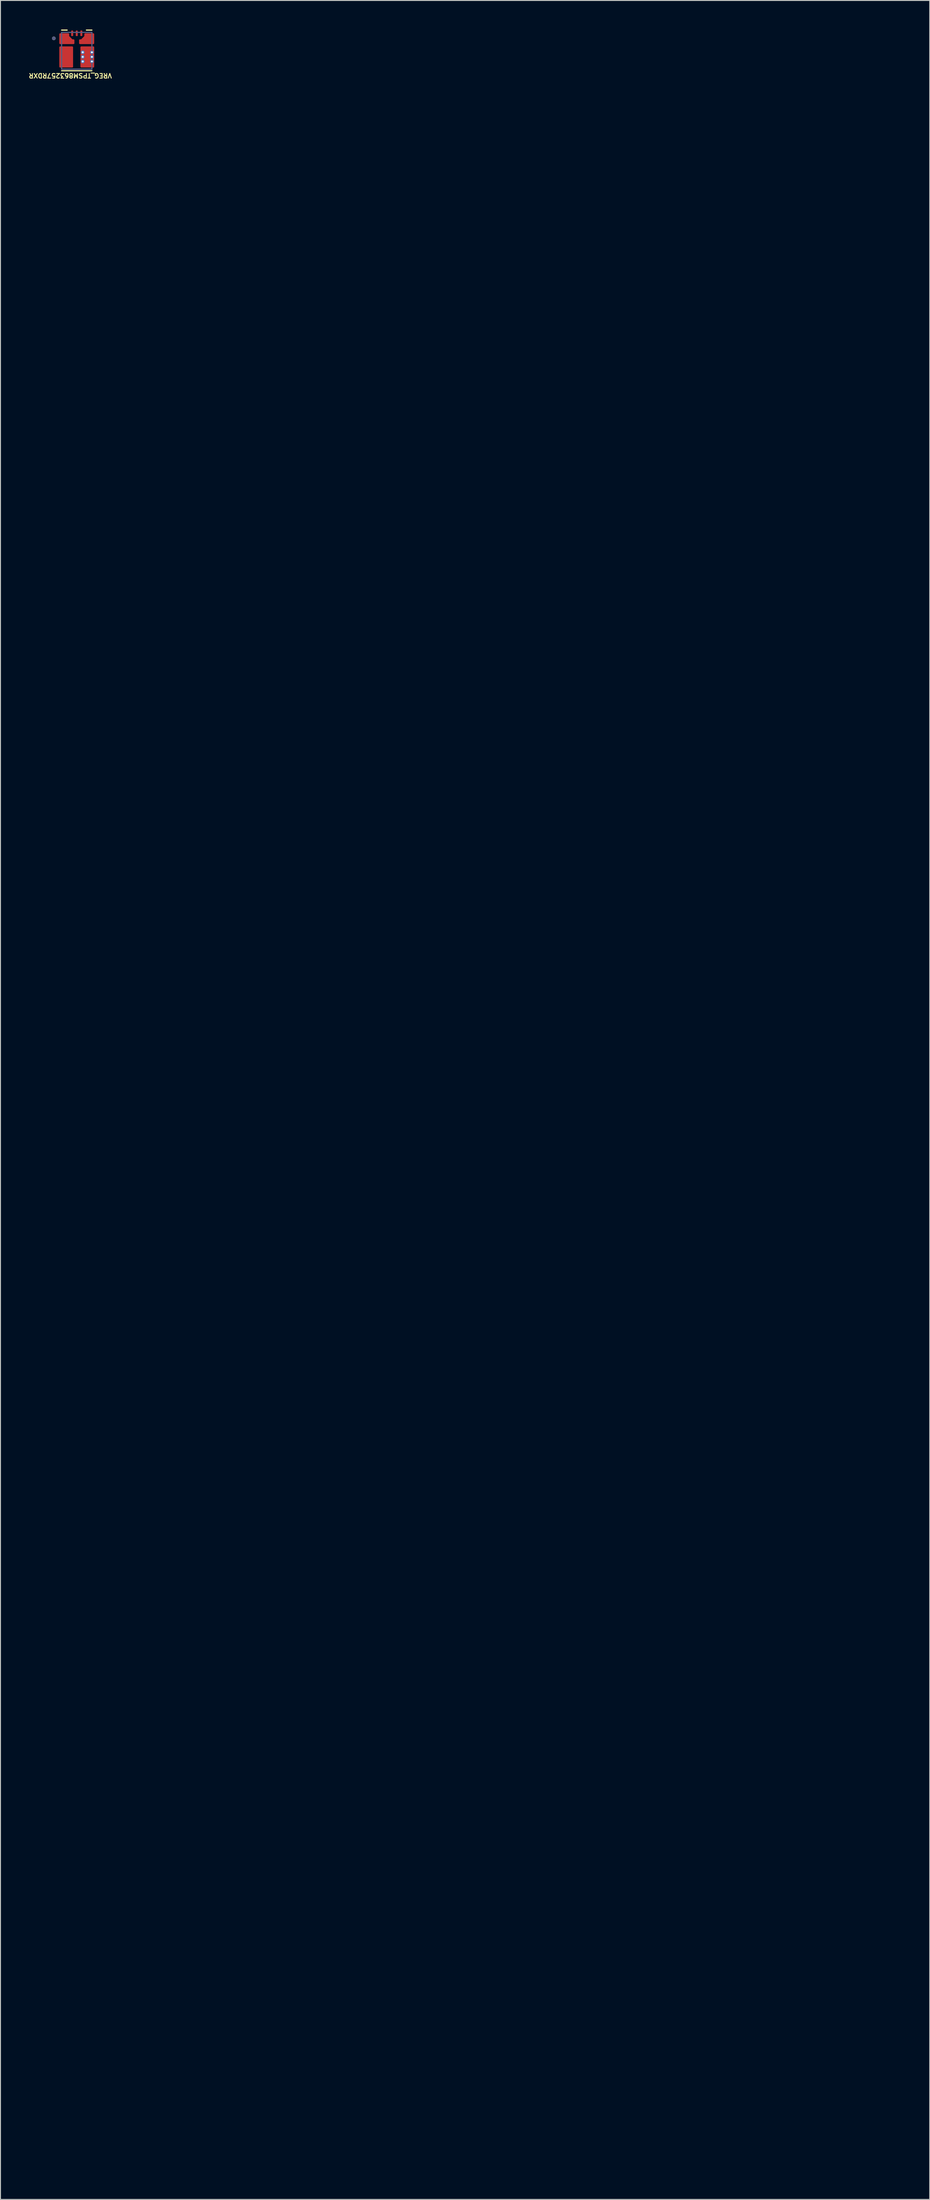
<source format=kicad_pcb>
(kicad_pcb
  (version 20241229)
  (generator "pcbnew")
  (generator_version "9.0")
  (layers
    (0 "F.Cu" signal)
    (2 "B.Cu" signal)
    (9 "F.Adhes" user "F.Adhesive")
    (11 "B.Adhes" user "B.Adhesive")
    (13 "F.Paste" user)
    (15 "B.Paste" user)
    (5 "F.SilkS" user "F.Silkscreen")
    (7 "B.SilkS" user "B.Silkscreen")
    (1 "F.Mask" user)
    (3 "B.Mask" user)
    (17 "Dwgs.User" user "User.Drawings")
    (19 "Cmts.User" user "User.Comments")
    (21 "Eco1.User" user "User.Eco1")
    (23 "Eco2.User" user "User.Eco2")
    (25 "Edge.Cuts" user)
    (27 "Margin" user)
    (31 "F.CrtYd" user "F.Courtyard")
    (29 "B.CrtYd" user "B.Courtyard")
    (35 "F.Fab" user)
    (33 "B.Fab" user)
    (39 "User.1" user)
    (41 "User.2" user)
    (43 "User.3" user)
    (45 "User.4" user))
  (footprint "VREG_TPSM863257RDXR"
    (layer "F.Cu")
    (at 5.312 2.475)
    (property "Reference" "VREG_TPSM863257RDXR" (at -0.7 2.7 180) (unlocked yes) (layer "F.SilkS") (effects (font (size 0.5 0.5) (thickness 0.1))))
    (fp_poly (pts (xy -0.43 -2.249) (xy -0.424 -2.249) (xy -0.419 -2.248) (xy -0.414 -2.247) (xy -0.409 -2.245) (xy -0.404 -2.243) (xy -0.399 -2.241) (xy -0.395 -2.239) (xy -0.39 -2.237) (xy -0.386 -2.234) (xy -0.381 -2.231) (xy -0.377 -2.228) (xy -0.373 -2.224) (xy -0.369 -2.221) (xy -0.366 -2.217) (xy -0.362 -2.213) (xy -0.359 -2.209) (xy -0.356 -2.204) (xy -0.353 -2.2) (xy -0.351 -2.195) (xy -0.349 -2.191) (xy -0.347 -2.186) (xy -0.345 -2.181) (xy -0.343 -2.176) (xy -0.342 -2.171) (xy -0.341 -2.166) (xy -0.341 -2.16) (xy -0.34 -2.155) (xy -0.34 -2.15) (xy -0.34 -1.65) (xy -0.34 -1.645) (xy -0.341 -1.64) (xy -0.341 -1.634) (xy -0.342 -1.629) (xy -0.343 -1.624) (xy -0.345 -1.619) (xy -0.347 -1.614) (xy -0.349 -1.609) (xy -0.351 -1.605) (xy -0.353 -1.6) (xy -0.356 -1.596) (xy -0.359 -1.591) (xy -0.362 -1.587) (xy -0.366 -1.583) (xy -0.369 -1.579) (xy -0.373 -1.576) (xy -0.377 -1.572) (xy -0.381 -1.569) (xy -0.386 -1.566) (xy -0.39 -1.563) (xy -0.395 -1.561) (xy -0.399 -1.559) (xy -0.404 -1.557) (xy -0.409 -1.555) (xy -0.414 -1.553) (xy -0.419 -1.552) (xy -0.424 -1.551) (xy -0.43 -1.551) (xy -0.435 -1.55) (xy -0.565 -1.55) (xy -0.57 -1.551) (xy -0.576 -1.551) (xy -0.581 -1.552) (xy -0.586 -1.553) (xy -0.591 -1.555) (xy -0.596 -1.557) (xy -0.601 -1.559) (xy -0.605 -1.561) (xy -0.61 -1.563) (xy -0.614 -1.566) (xy -0.619 -1.569) (xy -0.623 -1.572) (xy -0.627 -1.576) (xy -0.631 -1.579) (xy -0.634 -1.583) (xy -0.638 -1.587) (xy -0.641 -1.591) (xy -0.644 -1.596) (xy -0.647 -1.6) (xy -0.649 -1.605) (xy -0.651 -1.609) (xy -0.653 -1.614) (xy -0.655 -1.619) (xy -0.657 -1.624) (xy -0.658 -1.629) (xy -0.659 -1.634) (xy -0.659 -1.64) (xy -0.66 -1.645) (xy -0.66 -1.65) (xy -0.66 -2.15) (xy -0.66 -2.155) (xy -0.659 -2.16) (xy -0.659 -2.166) (xy -0.658 -2.171) (xy -0.657 -2.176) (xy -0.655 -2.181) (xy -0.653 -2.186) (xy -0.651 -2.191) (xy -0.649 -2.195) (xy -0.647 -2.2) (xy -0.644 -2.204) (xy -0.641 -2.209) (xy -0.638 -2.213) (xy -0.634 -2.217) (xy -0.631 -2.221) (xy -0.627 -2.224) (xy -0.623 -2.228) (xy -0.619 -2.231) (xy -0.614 -2.234) (xy -0.61 -2.237) (xy -0.605 -2.239) (xy -0.601 -2.241) (xy -0.596 -2.243) (xy -0.591 -2.245) (xy -0.586 -2.247) (xy -0.581 -2.248) (xy -0.576 -2.249) (xy -0.57 -2.249) (xy -0.565 -2.25) (xy -0.435 -2.25)) (stroke (width 0) (type default)) (fill yes) (layer "F.Mask"))
    (fp_poly (pts (xy 0.07 -2.249) (xy 0.076 -2.249) (xy 0.081 -2.248) (xy 0.086 -2.247) (xy 0.091 -2.245) (xy 0.096 -2.243) (xy 0.101 -2.241) (xy 0.105 -2.239) (xy 0.11 -2.237) (xy 0.114 -2.234) (xy 0.119 -2.231) (xy 0.123 -2.228) (xy 0.127 -2.224) (xy 0.131 -2.221) (xy 0.134 -2.217) (xy 0.138 -2.213) (xy 0.141 -2.209) (xy 0.144 -2.204) (xy 0.147 -2.2) (xy 0.149 -2.195) (xy 0.151 -2.191) (xy 0.153 -2.186) (xy 0.155 -2.181) (xy 0.157 -2.176) (xy 0.158 -2.171) (xy 0.159 -2.166) (xy 0.159 -2.16) (xy 0.16 -2.155) (xy 0.16 -2.15) (xy 0.16 -1.65) (xy 0.16 -1.645) (xy 0.159 -1.64) (xy 0.159 -1.634) (xy 0.158 -1.629) (xy 0.157 -1.624) (xy 0.155 -1.619) (xy 0.153 -1.614) (xy 0.151 -1.609) (xy 0.149 -1.605) (xy 0.147 -1.6) (xy 0.144 -1.596) (xy 0.141 -1.591) (xy 0.138 -1.587) (xy 0.134 -1.583) (xy 0.131 -1.579) (xy 0.127 -1.576) (xy 0.123 -1.572) (xy 0.119 -1.569) (xy 0.114 -1.566) (xy 0.11 -1.563) (xy 0.105 -1.561) (xy 0.101 -1.559) (xy 0.096 -1.557) (xy 0.091 -1.555) (xy 0.086 -1.553) (xy 0.081 -1.552) (xy 0.076 -1.551) (xy 0.07 -1.551) (xy 0.065 -1.55) (xy -0.065 -1.55) (xy -0.07 -1.551) (xy -0.076 -1.551) (xy -0.081 -1.552) (xy -0.086 -1.553) (xy -0.091 -1.555) (xy -0.096 -1.557) (xy -0.101 -1.559) (xy -0.105 -1.561) (xy -0.11 -1.563) (xy -0.114 -1.566) (xy -0.119 -1.569) (xy -0.123 -1.572) (xy -0.127 -1.576) (xy -0.131 -1.579) (xy -0.134 -1.583) (xy -0.138 -1.587) (xy -0.141 -1.591) (xy -0.144 -1.596) (xy -0.147 -1.6) (xy -0.149 -1.605) (xy -0.151 -1.609) (xy -0.153 -1.614) (xy -0.155 -1.619) (xy -0.157 -1.624) (xy -0.158 -1.629) (xy -0.159 -1.634) (xy -0.159 -1.64) (xy -0.16 -1.645) (xy -0.16 -1.65) (xy -0.16 -2.15) (xy -0.16 -2.155) (xy -0.159 -2.16) (xy -0.159 -2.166) (xy -0.158 -2.171) (xy -0.157 -2.176) (xy -0.155 -2.181) (xy -0.153 -2.186) (xy -0.151 -2.191) (xy -0.149 -2.195) (xy -0.147 -2.2) (xy -0.144 -2.204) (xy -0.141 -2.209) (xy -0.138 -2.213) (xy -0.134 -2.217) (xy -0.131 -2.221) (xy -0.127 -2.224) (xy -0.123 -2.228) (xy -0.119 -2.231) (xy -0.114 -2.234) (xy -0.11 -2.237) (xy -0.105 -2.239) (xy -0.101 -2.241) (xy -0.096 -2.243) (xy -0.091 -2.245) (xy -0.086 -2.247) (xy -0.081 -2.248) (xy -0.076 -2.249) (xy -0.07 -2.249) (xy -0.065 -2.25) (xy 0.065 -2.25)) (stroke (width 0) (type default)) (fill yes) (layer "F.Mask"))
    (fp_poly (pts (xy 0.57 -2.249) (xy 0.576 -2.249) (xy 0.581 -2.248) (xy 0.586 -2.247) (xy 0.591 -2.245) (xy 0.596 -2.243) (xy 0.601 -2.241) (xy 0.605 -2.239) (xy 0.61 -2.237) (xy 0.614 -2.234) (xy 0.619 -2.231) (xy 0.623 -2.228) (xy 0.627 -2.224) (xy 0.631 -2.221) (xy 0.634 -2.217) (xy 0.638 -2.213) (xy 0.641 -2.209) (xy 0.644 -2.204) (xy 0.647 -2.2) (xy 0.649 -2.195) (xy 0.651 -2.191) (xy 0.653 -2.186) (xy 0.655 -2.181) (xy 0.657 -2.176) (xy 0.658 -2.171) (xy 0.659 -2.166) (xy 0.659 -2.16) (xy 0.66 -2.155) (xy 0.66 -2.15) (xy 0.66 -1.65) (xy 0.66 -1.645) (xy 0.659 -1.64) (xy 0.659 -1.634) (xy 0.658 -1.629) (xy 0.657 -1.624) (xy 0.655 -1.619) (xy 0.653 -1.614) (xy 0.651 -1.609) (xy 0.649 -1.605) (xy 0.647 -1.6) (xy 0.644 -1.596) (xy 0.641 -1.591) (xy 0.638 -1.587) (xy 0.634 -1.583) (xy 0.631 -1.579) (xy 0.627 -1.576) (xy 0.623 -1.572) (xy 0.619 -1.569) (xy 0.614 -1.566) (xy 0.61 -1.563) (xy 0.605 -1.561) (xy 0.601 -1.559) (xy 0.596 -1.557) (xy 0.591 -1.555) (xy 0.586 -1.553) (xy 0.581 -1.552) (xy 0.576 -1.551) (xy 0.57 -1.551) (xy 0.565 -1.55) (xy 0.435 -1.55) (xy 0.43 -1.551) (xy 0.424 -1.551) (xy 0.419 -1.552) (xy 0.414 -1.553) (xy 0.409 -1.555) (xy 0.404 -1.557) (xy 0.399 -1.559) (xy 0.395 -1.561) (xy 0.39 -1.563) (xy 0.386 -1.566) (xy 0.381 -1.569) (xy 0.377 -1.572) (xy 0.373 -1.576) (xy 0.369 -1.579) (xy 0.366 -1.583) (xy 0.362 -1.587) (xy 0.359 -1.591) (xy 0.356 -1.596) (xy 0.353 -1.6) (xy 0.351 -1.605) (xy 0.349 -1.609) (xy 0.347 -1.614) (xy 0.345 -1.619) (xy 0.343 -1.624) (xy 0.342 -1.629) (xy 0.341 -1.634) (xy 0.341 -1.64) (xy 0.34 -1.645) (xy 0.34 -1.65) (xy 0.34 -2.15) (xy 0.34 -2.155) (xy 0.341 -2.16) (xy 0.341 -2.166) (xy 0.342 -2.171) (xy 0.343 -2.176) (xy 0.345 -2.181) (xy 0.347 -2.186) (xy 0.349 -2.191) (xy 0.351 -2.195) (xy 0.353 -2.2) (xy 0.356 -2.204) (xy 0.359 -2.209) (xy 0.362 -2.213) (xy 0.366 -2.217) (xy 0.369 -2.221) (xy 0.373 -2.224) (xy 0.377 -2.228) (xy 0.381 -2.231) (xy 0.386 -2.234) (xy 0.39 -2.237) (xy 0.395 -2.239) (xy 0.399 -2.241) (xy 0.404 -2.243) (xy 0.409 -2.245) (xy 0.414 -2.247) (xy 0.419 -2.248) (xy 0.424 -2.249) (xy 0.43 -2.249) (xy 0.435 -2.25) (xy 0.565 -2.25)) (stroke (width 0) (type default)) (fill yes) (layer "F.Mask"))
    (fp_poly (pts (xy -0.917 -1.849) (xy -0.915 -1.849) (xy -0.912 -1.848) (xy -0.91 -1.848) (xy -0.907 -1.847) (xy -0.905 -1.846) (xy -0.902 -1.845) (xy -0.9 -1.843) (xy -0.898 -1.842) (xy -0.896 -1.84) (xy -0.894 -1.839) (xy -0.892 -1.837) (xy -0.89 -1.835) (xy -0.888 -1.833) (xy -0.886 -1.831) (xy -0.885 -1.829) (xy -0.883 -1.827) (xy -0.882 -1.825) (xy -0.88 -1.823) (xy -0.879 -1.82) (xy -0.878 -1.818) (xy -0.877 -1.815) (xy -0.877 -1.813) (xy -0.876 -1.81) (xy -0.876 -1.808) (xy -0.875 -1.805) (xy -0.875 -1.803) (xy -0.875 -1.8) (xy -0.875 -1.593) (xy -0.875 -1.591) (xy -0.875 -1.59) (xy -0.875 -1.589) (xy -0.875 -1.587) (xy -0.875 -1.586) (xy -0.874 -1.585) (xy -0.874 -1.584) (xy -0.874 -1.582) (xy -0.874 -1.581) (xy -0.873 -1.58) (xy -0.873 -1.579) (xy -0.873 -1.577) (xy -0.872 -1.576) (xy -0.872 -1.575) (xy -0.871 -1.574) (xy -0.871 -1.572) (xy -0.87 -1.571) (xy -0.87 -1.57) (xy -0.869 -1.569) (xy -0.868 -1.568) (xy -0.868 -1.567) (xy -0.867 -1.565) (xy -0.866 -1.564) (xy -0.865 -1.563) (xy -0.865 -1.562) (xy -0.864 -1.561) (xy -0.863 -1.56) (xy -0.862 -1.559) (xy -0.861 -1.558) (xy -0.86 -1.557) (xy -0.513 -1.21) (xy -0.512 -1.209) (xy -0.511 -1.208) (xy -0.51 -1.207) (xy -0.509 -1.206) (xy -0.508 -1.205) (xy -0.507 -1.205) (xy -0.506 -1.204) (xy -0.505 -1.203) (xy -0.503 -1.202) (xy -0.502 -1.202) (xy -0.501 -1.201) (xy -0.5 -1.2) (xy -0.499 -1.2) (xy -0.498 -1.199) (xy -0.496 -1.199) (xy -0.495 -1.198) (xy -0.494 -1.198) (xy -0.493 -1.197) (xy -0.49 -1.197) (xy -0.489 -1.196) (xy -0.485 -1.196) (xy -0.484 -1.195) (xy -0.35 -1.195) (xy -0.347 -1.194) (xy -0.345 -1.194) (xy -0.342 -1.193) (xy -0.34 -1.193) (xy -0.337 -1.192) (xy -0.335 -1.191) (xy -0.332 -1.19) (xy -0.33 -1.188) (xy -0.328 -1.187) (xy -0.326 -1.185) (xy -0.324 -1.184) (xy -0.322 -1.182) (xy -0.32 -1.18) (xy -0.318 -1.178) (xy -0.316 -1.176) (xy -0.315 -1.174) (xy -0.313 -1.172) (xy -0.312 -1.17) (xy -0.31 -1.168) (xy -0.309 -1.165) (xy -0.308 -1.163) (xy -0.307 -1.16) (xy -0.307 -1.158) (xy -0.306 -1.155) (xy -0.306 -1.153) (xy -0.305 -1.15) (xy -0.305 -1.148) (xy -0.305 -1.145) (xy -0.305 -0.825) (xy -0.305 -0.822) (xy -0.305 -0.82) (xy -0.306 -0.817) (xy -0.306 -0.815) (xy -0.307 -0.812) (xy -0.307 -0.81) (xy -0.308 -0.807) (xy -0.309 -0.805) (xy -0.31 -0.802) (xy -0.312 -0.8) (xy -0.313 -0.798) (xy -0.315 -0.796) (xy -0.316 -0.794) (xy -0.318 -0.792) (xy -0.32 -0.79) (xy -0.322 -0.788) (xy -0.324 -0.786) (xy -0.326 -0.785) (xy -0.328 -0.783) (xy -0.33 -0.782) (xy -0.332 -0.78) (xy -0.335 -0.779) (xy -0.337 -0.778) (xy -0.34 -0.777) (xy -0.342 -0.777) (xy -0.345 -0.776) (xy -0.347 -0.776) (xy -0.35 -0.775) (xy -1.405 -0.775) (xy -1.408 -0.776) (xy -1.41 -0.776) (xy -1.413 -0.777) (xy -1.415 -0.777) (xy -1.418 -0.778) (xy -1.42 -0.779) (xy -1.423 -0.78) (xy -1.425 -0.782) (xy -1.427 -0.783) (xy -1.429 -0.785) (xy -1.431 -0.786) (xy -1.433 -0.788) (xy -1.435 -0.79) (xy -1.437 -0.792) (xy -1.439 -0.794) (xy -1.44 -0.796) (xy -1.442 -0.798) (xy -1.443 -0.8) (xy -1.445 -0.802) (xy -1.446 -0.805) (xy -1.447 -0.807) (xy -1.448 -0.81) (xy -1.448 -0.812) (xy -1.449 -0.815) (xy -1.449 -0.817) (xy -1.45 -0.82) (xy -1.45 -0.822) (xy -1.45 -0.825) (xy -1.45 -0.828) (xy -1.45 -0.83) (xy -1.451 -0.833) (xy -1.451 -0.835) (xy -1.452 -0.838) (xy -1.452 -0.84) (xy -1.453 -0.843) (xy -1.454 -0.845) (xy -1.455 -0.848) (xy -1.457 -0.85) (xy -1.458 -0.852) (xy -1.46 -0.854) (xy -1.461 -0.856) (xy -1.463 -0.858) (xy -1.465 -0.86) (xy -1.467 -0.862) (xy -1.469 -0.864) (xy -1.471 -0.865) (xy -1.473 -0.867) (xy -1.475 -0.868) (xy -1.477 -0.87) (xy -1.48 -0.871) (xy -1.482 -0.872) (xy -1.485 -0.873) (xy -1.487 -0.873) (xy -1.49 -0.874) (xy -1.492 -0.874) (xy -1.495 -0.875) (xy -1.805 -0.875) (xy -1.808 -0.876) (xy -1.81 -0.876) (xy -1.813 -0.877) (xy -1.815 -0.877) (xy -1.818 -0.878) (xy -1.82 -0.879) (xy -1.823 -0.88) (xy -1.825 -0.882) (xy -1.827 -0.883) (xy -1.829 -0.885) (xy -1.831 -0.886) (xy -1.833 -0.888) (xy -1.835 -0.89) (xy -1.837 -0.892) (xy -1.839 -0.894) (xy -1.84 -0.896) (xy -1.842 -0.898) (xy -1.843 -0.9) (xy -1.845 -0.902) (xy -1.846 -0.905) (xy -1.847 -0.907) (xy -1.848 -0.91) (xy -1.848 -0.912) (xy -1.849 -0.915) (xy -1.849 -0.917) (xy -1.85 -0.92) (xy -1.85 -0.922) (xy -1.85 -0.925) (xy -1.85 -1.075) (xy -1.85 -1.078) (xy -1.85 -1.08) (xy -1.849 -1.083) (xy -1.849 -1.085) (xy -1.848 -1.088) (xy -1.848 -1.09) (xy -1.847 -1.093) (xy -1.846 -1.095) (xy -1.845 -1.098) (xy -1.843 -1.1) (xy -1.842 -1.102) (xy -1.84 -1.104) (xy -1.839 -1.106) (xy -1.837 -1.108) (xy -1.835 -1.11) (xy -1.833 -1.112) (xy -1.831 -1.114) (xy -1.829 -1.115) (xy -1.827 -1.117) (xy -1.825 -1.118) (xy -1.823 -1.12) (xy -1.82 -1.121) (xy -1.818 -1.122) (xy -1.815 -1.123) (xy -1.813 -1.123) (xy -1.81 -1.124) (xy -1.808 -1.124) (xy -1.805 -1.125) (xy -1.495 -1.125) (xy -1.492 -1.126) (xy -1.49 -1.126) (xy -1.487 -1.127) (xy -1.485 -1.127) (xy -1.482 -1.128) (xy -1.48 -1.129) (xy -1.477 -1.13) (xy -1.475 -1.132) (xy -1.473 -1.133) (xy -1.471 -1.135) (xy -1.469 -1.136) (xy -1.467 -1.138) (xy -1.465 -1.14) (xy -1.463 -1.142) (xy -1.461 -1.144) (xy -1.46 -1.146) (xy -1.458 -1.148) (xy -1.457 -1.15) (xy -1.455 -1.152) (xy -1.454 -1.155) (xy -1.453 -1.157) (xy -1.452 -1.16) (xy -1.452 -1.162) (xy -1.451 -1.165) (xy -1.451 -1.167) (xy -1.45 -1.17) (xy -1.45 -1.172) (xy -1.45 -1.175) (xy -1.45 -1.325) (xy -1.45 -1.328) (xy -1.45 -1.33) (xy -1.451 -1.333) (xy -1.451 -1.335) (xy -1.452 -1.338) (xy -1.452 -1.34) (xy -1.453 -1.343) (xy -1.454 -1.345) (xy -1.455 -1.348) (xy -1.457 -1.35) (xy -1.458 -1.352) (xy -1.46 -1.354) (xy -1.461 -1.356) (xy -1.463 -1.358) (xy -1.465 -1.36) (xy -1.467 -1.362) (xy -1.469 -1.364) (xy -1.471 -1.365) (xy -1.473 -1.367) (xy -1.475 -1.368) (xy -1.477 -1.37) (xy -1.48 -1.371) (xy -1.482 -1.372) (xy -1.485 -1.373) (xy -1.487 -1.373) (xy -1.49 -1.374) (xy -1.492 -1.374) (xy -1.495 -1.375) (xy -1.805 -1.375) (xy -1.808 -1.376) (xy -1.81 -1.376) (xy -1.813 -1.377) (xy -1.815 -1.377) (xy -1.818 -1.378) (xy -1.82 -1.379) (xy -1.823 -1.38) (xy -1.825 -1.382) (xy -1.827 -1.383) (xy -1.829 -1.385) (xy -1.831 -1.386) (xy -1.833 -1.388) (xy -1.835 -1.39) (xy -1.837 -1.392) (xy -1.839 -1.394) (xy -1.84 -1.396) (xy -1.842 -1.398) (xy -1.843 -1.4) (xy -1.845 -1.402) (xy -1.846 -1.405) (xy -1.847 -1.407) (xy -1.848 -1.41) (xy -1.848 -1.412) (xy -1.849 -1.415) (xy -1.849 -1.417) (xy -1.85 -1.42) (xy -1.85 -1.422) (xy -1.85 -1.425) (xy -1.85 -1.575) (xy -1.85 -1.578) (xy -1.85 -1.58) (xy -1.849 -1.583) (xy -1.849 -1.585) (xy -1.848 -1.588) (xy -1.848 -1.59) (xy -1.847 -1.593) (xy -1.846 -1.595) (xy -1.845 -1.598) (xy -1.843 -1.6) (xy -1.842 -1.602) (xy -1.84 -1.604) (xy -1.839 -1.606) (xy -1.837 -1.608) (xy -1.835 -1.61) (xy -1.833 -1.612) (xy -1.831 -1.614) (xy -1.829 -1.615) (xy -1.827 -1.617) (xy -1.825 -1.618) (xy -1.823 -1.62) (xy -1.82 -1.621) (xy -1.818 -1.622) (xy -1.815 -1.623) (xy -1.813 -1.623) (xy -1.81 -1.624) (xy -1.808 -1.624) (xy -1.805 -1.625) (xy -1.495 -1.625) (xy -1.492 -1.626) (xy -1.49 -1.626) (xy -1.487 -1.627) (xy -1.485 -1.627) (xy -1.482 -1.628) (xy -1.48 -1.629) (xy -1.477 -1.63) (xy -1.475 -1.632) (xy -1.473 -1.633) (xy -1.471 -1.635) (xy -1.469 -1.636) (xy -1.467 -1.638) (xy -1.465 -1.64) (xy -1.463 -1.642) (xy -1.461 -1.644) (xy -1.46 -1.646) (xy -1.458 -1.648) (xy -1.457 -1.65) (xy -1.455 -1.652) (xy -1.454 -1.655) (xy -1.453 -1.657) (xy -1.452 -1.66) (xy -1.452 -1.662) (xy -1.451 -1.665) (xy -1.451 -1.667) (xy -1.45 -1.67) (xy -1.45 -1.672) (xy -1.45 -1.675) (xy -1.45 -1.8) (xy -1.45 -1.803) (xy -1.45 -1.805) (xy -1.449 -1.808) (xy -1.449 -1.81) (xy -1.448 -1.813) (xy -1.448 -1.815) (xy -1.447 -1.818) (xy -1.446 -1.82) (xy -1.445 -1.823) (xy -1.443 -1.825) (xy -1.442 -1.827) (xy -1.44 -1.829) (xy -1.439 -1.831) (xy -1.437 -1.833) (xy -1.435 -1.835) (xy -1.433 -1.837) (xy -1.431 -1.839) (xy -1.429 -1.84) (xy -1.427 -1.842) (xy -1.425 -1.843) (xy -1.423 -1.845) (xy -1.42 -1.846) (xy -1.418 -1.847) (xy -1.415 -1.848) (xy -1.413 -1.848) (xy -1.41 -1.849) (xy -1.408 -1.849) (xy -1.405 -1.85) (xy -0.92 -1.85)) (stroke (width 0) (type default)) (fill yes) (layer "F.Mask"))
    (fp_poly (pts (xy 1.408 -1.849) (xy 1.41 -1.849) (xy 1.413 -1.848) (xy 1.415 -1.848) (xy 1.418 -1.847) (xy 1.42 -1.846) (xy 1.423 -1.845) (xy 1.425 -1.843) (xy 1.427 -1.842) (xy 1.429 -1.84) (xy 1.431 -1.839) (xy 1.433 -1.837) (xy 1.435 -1.835) (xy 1.437 -1.833) (xy 1.439 -1.831) (xy 1.44 -1.829) (xy 1.442 -1.827) (xy 1.443 -1.825) (xy 1.445 -1.823) (xy 1.446 -1.82) (xy 1.447 -1.818) (xy 1.448 -1.815) (xy 1.448 -1.813) (xy 1.449 -1.81) (xy 1.449 -1.808) (xy 1.45 -1.805) (xy 1.45 -1.803) (xy 1.45 -1.8) (xy 1.45 -1.675) (xy 1.45 -1.672) (xy 1.45 -1.67) (xy 1.451 -1.667) (xy 1.451 -1.665) (xy 1.452 -1.662) (xy 1.452 -1.66) (xy 1.453 -1.657) (xy 1.454 -1.655) (xy 1.455 -1.652) (xy 1.457 -1.65) (xy 1.458 -1.648) (xy 1.46 -1.646) (xy 1.461 -1.644) (xy 1.463 -1.642) (xy 1.465 -1.64) (xy 1.467 -1.638) (xy 1.469 -1.636) (xy 1.471 -1.635) (xy 1.473 -1.633) (xy 1.475 -1.632) (xy 1.477 -1.63) (xy 1.48 -1.629) (xy 1.482 -1.628) (xy 1.485 -1.627) (xy 1.487 -1.627) (xy 1.49 -1.626) (xy 1.492 -1.626) (xy 1.495 -1.625) (xy 1.805 -1.625) (xy 1.808 -1.624) (xy 1.81 -1.624) (xy 1.813 -1.623) (xy 1.815 -1.623) (xy 1.818 -1.622) (xy 1.82 -1.621) (xy 1.823 -1.62) (xy 1.825 -1.618) (xy 1.827 -1.617) (xy 1.829 -1.615) (xy 1.831 -1.614) (xy 1.833 -1.612) (xy 1.835 -1.61) (xy 1.837 -1.608) (xy 1.839 -1.606) (xy 1.84 -1.604) (xy 1.842 -1.602) (xy 1.843 -1.6) (xy 1.845 -1.598) (xy 1.846 -1.595) (xy 1.847 -1.593) (xy 1.848 -1.59) (xy 1.848 -1.588) (xy 1.849 -1.585) (xy 1.849 -1.583) (xy 1.85 -1.58) (xy 1.85 -1.578) (xy 1.85 -1.575) (xy 1.85 -1.425) (xy 1.85 -1.422) (xy 1.85 -1.42) (xy 1.849 -1.417) (xy 1.849 -1.415) (xy 1.848 -1.412) (xy 1.848 -1.41) (xy 1.847 -1.407) (xy 1.846 -1.405) (xy 1.845 -1.402) (xy 1.843 -1.4) (xy 1.842 -1.398) (xy 1.84 -1.396) (xy 1.839 -1.394) (xy 1.837 -1.392) (xy 1.835 -1.39) (xy 1.833 -1.388) (xy 1.831 -1.386) (xy 1.829 -1.385) (xy 1.827 -1.383) (xy 1.825 -1.382) (xy 1.823 -1.38) (xy 1.82 -1.379) (xy 1.818 -1.378) (xy 1.815 -1.377) (xy 1.813 -1.377) (xy 1.81 -1.376) (xy 1.808 -1.376) (xy 1.805 -1.375) (xy 1.495 -1.375) (xy 1.492 -1.374) (xy 1.49 -1.374) (xy 1.487 -1.373) (xy 1.485 -1.373) (xy 1.482 -1.372) (xy 1.48 -1.371) (xy 1.477 -1.37) (xy 1.475 -1.368) (xy 1.473 -1.367) (xy 1.471 -1.365) (xy 1.469 -1.364) (xy 1.467 -1.362) (xy 1.465 -1.36) (xy 1.463 -1.358) (xy 1.461 -1.356) (xy 1.46 -1.354) (xy 1.458 -1.352) (xy 1.457 -1.35) (xy 1.455 -1.348) (xy 1.454 -1.345) (xy 1.453 -1.343) (xy 1.452 -1.34) (xy 1.452 -1.338) (xy 1.451 -1.335) (xy 1.451 -1.333) (xy 1.45 -1.33) (xy 1.45 -1.328) (xy 1.45 -1.325) (xy 1.45 -1.175) (xy 1.45 -1.172) (xy 1.45 -1.17) (xy 1.451 -1.167) (xy 1.451 -1.165) (xy 1.452 -1.162) (xy 1.452 -1.16) (xy 1.453 -1.157) (xy 1.454 -1.155) (xy 1.455 -1.152) (xy 1.457 -1.15) (xy 1.458 -1.148) (xy 1.46 -1.146) (xy 1.461 -1.144) (xy 1.463 -1.142) (xy 1.465 -1.14) (xy 1.467 -1.138) (xy 1.469 -1.136) (xy 1.471 -1.135) (xy 1.473 -1.133) (xy 1.475 -1.132) (xy 1.477 -1.13) (xy 1.48 -1.129) (xy 1.482 -1.128) (xy 1.485 -1.127) (xy 1.487 -1.127) (xy 1.49 -1.126) (xy 1.492 -1.126) (xy 1.495 -1.125) (xy 1.805 -1.125) (xy 1.808 -1.124) (xy 1.81 -1.124) (xy 1.813 -1.123) (xy 1.815 -1.123) (xy 1.818 -1.122) (xy 1.82 -1.121) (xy 1.823 -1.12) (xy 1.825 -1.118) (xy 1.827 -1.117) (xy 1.829 -1.115) (xy 1.831 -1.114) (xy 1.833 -1.112) (xy 1.835 -1.11) (xy 1.837 -1.108) (xy 1.839 -1.106) (xy 1.84 -1.104) (xy 1.842 -1.102) (xy 1.843 -1.1) (xy 1.845 -1.098) (xy 1.846 -1.095) (xy 1.847 -1.093) (xy 1.848 -1.09) (xy 1.848 -1.088) (xy 1.849 -1.085) (xy 1.849 -1.083) (xy 1.85 -1.08) (xy 1.85 -1.078) (xy 1.85 -1.075) (xy 1.85 -0.925) (xy 1.85 -0.922) (xy 1.85 -0.92) (xy 1.849 -0.917) (xy 1.849 -0.915) (xy 1.848 -0.912) (xy 1.848 -0.91) (xy 1.847 -0.907) (xy 1.846 -0.905) (xy 1.845 -0.902) (xy 1.843 -0.9) (xy 1.842 -0.898) (xy 1.84 -0.896) (xy 1.839 -0.894) (xy 1.837 -0.892) (xy 1.835 -0.89) (xy 1.833 -0.888) (xy 1.831 -0.886) (xy 1.829 -0.885) (xy 1.827 -0.883) (xy 1.825 -0.882) (xy 1.823 -0.88) (xy 1.82 -0.879) (xy 1.818 -0.878) (xy 1.815 -0.877) (xy 1.813 -0.877) (xy 1.81 -0.876) (xy 1.808 -0.876) (xy 1.805 -0.875) (xy 1.495 -0.875) (xy 1.492 -0.874) (xy 1.49 -0.874) (xy 1.487 -0.873) (xy 1.485 -0.873) (xy 1.482 -0.872) (xy 1.48 -0.871) (xy 1.477 -0.87) (xy 1.475 -0.868) (xy 1.473 -0.867) (xy 1.471 -0.865) (xy 1.469 -0.864) (xy 1.467 -0.862) (xy 1.465 -0.86) (xy 1.463 -0.858) (xy 1.461 -0.856) (xy 1.46 -0.854) (xy 1.458 -0.852) (xy 1.457 -0.85) (xy 1.455 -0.848) (xy 1.454 -0.845) (xy 1.453 -0.843) (xy 1.452 -0.84) (xy 1.452 -0.838) (xy 1.451 -0.835) (xy 1.451 -0.833) (xy 1.45 -0.83) (xy 1.45 -0.828) (xy 1.45 -0.825) (xy 1.45 -0.822) (xy 1.45 -0.82) (xy 1.449 -0.817) (xy 1.449 -0.815) (xy 1.448 -0.812) (xy 1.448 -0.81) (xy 1.447 -0.807) (xy 1.446 -0.805) (xy 1.445 -0.802) (xy 1.443 -0.8) (xy 1.442 -0.798) (xy 1.44 -0.796) (xy 1.439 -0.794) (xy 1.437 -0.792) (xy 1.435 -0.79) (xy 1.433 -0.788) (xy 1.431 -0.786) (xy 1.429 -0.785) (xy 1.427 -0.783) (xy 1.425 -0.782) (xy 1.423 -0.78) (xy 1.42 -0.779) (xy 1.418 -0.778) (xy 1.415 -0.777) (xy 1.413 -0.777) (xy 1.41 -0.776) (xy 1.408 -0.776) (xy 1.405 -0.775) (xy 0.35 -0.775) (xy 0.347 -0.776) (xy 0.345 -0.776) (xy 0.342 -0.777) (xy 0.34 -0.777) (xy 0.337 -0.778) (xy 0.335 -0.779) (xy 0.332 -0.78) (xy 0.33 -0.782) (xy 0.328 -0.783) (xy 0.326 -0.785) (xy 0.324 -0.786) (xy 0.322 -0.788) (xy 0.32 -0.79) (xy 0.318 -0.792) (xy 0.316 -0.794) (xy 0.315 -0.796) (xy 0.313 -0.798) (xy 0.312 -0.8) (xy 0.31 -0.802) (xy 0.309 -0.805) (xy 0.308 -0.807) (xy 0.307 -0.81) (xy 0.307 -0.812) (xy 0.306 -0.815) (xy 0.306 -0.817) (xy 0.305 -0.82) (xy 0.305 -0.822) (xy 0.305 -0.825) (xy 0.305 -1.145) (xy 0.305 -1.148) (xy 0.305 -1.15) (xy 0.306 -1.153) (xy 0.306 -1.155) (xy 0.307 -1.158) (xy 0.307 -1.16) (xy 0.308 -1.163) (xy 0.309 -1.165) (xy 0.31 -1.168) (xy 0.312 -1.17) (xy 0.313 -1.172) (xy 0.315 -1.174) (xy 0.316 -1.176) (xy 0.318 -1.178) (xy 0.32 -1.18) (xy 0.322 -1.182) (xy 0.324 -1.184) (xy 0.326 -1.185) (xy 0.328 -1.187) (xy 0.33 -1.188) (xy 0.332 -1.19) (xy 0.335 -1.191) (xy 0.337 -1.192) (xy 0.34 -1.193) (xy 0.342 -1.193) (xy 0.345 -1.194) (xy 0.347 -1.194) (xy 0.35 -1.195) (xy 0.484 -1.195) (xy 0.485 -1.196) (xy 0.489 -1.196) (xy 0.49 -1.197) (xy 0.493 -1.197) (xy 0.494 -1.198) (xy 0.495 -1.198) (xy 0.496 -1.199) (xy 0.498 -1.199) (xy 0.499 -1.2) (xy 0.5 -1.2) (xy 0.501 -1.201) (xy 0.502 -1.202) (xy 0.503 -1.202) (xy 0.505 -1.203) (xy 0.506 -1.204) (xy 0.507 -1.205) (xy 0.508 -1.205) (xy 0.509 -1.206) (xy 0.51 -1.207) (xy 0.511 -1.208) (xy 0.512 -1.209) (xy 0.513 -1.21) (xy 0.86 -1.557) (xy 0.861 -1.558) (xy 0.862 -1.559) (xy 0.863 -1.56) (xy 0.864 -1.561) (xy 0.865 -1.562) (xy 0.865 -1.563) (xy 0.866 -1.564) (xy 0.867 -1.565) (xy 0.868 -1.567) (xy 0.868 -1.568) (xy 0.869 -1.569) (xy 0.87 -1.57) (xy 0.87 -1.571) (xy 0.871 -1.572) (xy 0.871 -1.574) (xy 0.872 -1.575) (xy 0.872 -1.576) (xy 0.873 -1.577) (xy 0.873 -1.579) (xy 0.873 -1.58) (xy 0.874 -1.581) (xy 0.874 -1.582) (xy 0.874 -1.584) (xy 0.874 -1.585) (xy 0.875 -1.586) (xy 0.875 -1.587) (xy 0.875 -1.589) (xy 0.875 -1.59) (xy 0.875 -1.591) (xy 0.875 -1.593) (xy 0.875 -1.8) (xy 0.875 -1.803) (xy 0.875 -1.805) (xy 0.876 -1.808) (xy 0.876 -1.81) (xy 0.877 -1.813) (xy 0.877 -1.815) (xy 0.878 -1.818) (xy 0.879 -1.82) (xy 0.88 -1.823) (xy 0.882 -1.825) (xy 0.883 -1.827) (xy 0.885 -1.829) (xy 0.886 -1.831) (xy 0.888 -1.833) (xy 0.89 -1.835) (xy 0.892 -1.837) (xy 0.894 -1.839) (xy 0.896 -1.84) (xy 0.898 -1.842) (xy 0.9 -1.843) (xy 0.902 -1.845) (xy 0.905 -1.846) (xy 0.907 -1.847) (xy 0.91 -1.848) (xy 0.912 -1.848) (xy 0.915 -1.849) (xy 0.917 -1.849) (xy 0.92 -1.85) (xy 1.405 -1.85)) (stroke (width 0) (type default)) (fill yes) (layer "F.Mask"))
    (fp_poly (pts (xy -0.492 -0.424) (xy -0.49 -0.424) (xy -0.487 -0.423) (xy -0.485 -0.423) (xy -0.482 -0.422) (xy -0.48 -0.421) (xy -0.477 -0.42) (xy -0.475 -0.418) (xy -0.473 -0.417) (xy -0.471 -0.415) (xy -0.469 -0.414) (xy -0.467 -0.412) (xy -0.465 -0.41) (xy -0.463 -0.408) (xy -0.461 -0.406) (xy -0.46 -0.404) (xy -0.458 -0.402) (xy -0.457 -0.4) (xy -0.455 -0.398) (xy -0.454 -0.395) (xy -0.453 -0.393) (xy -0.452 -0.39) (xy -0.452 -0.388) (xy -0.451 -0.385) (xy -0.451 -0.383) (xy -0.45 -0.38) (xy -0.45 -0.378) (xy -0.45 -0.375) (xy -0.45 1.725) (xy -0.45 1.728) (xy -0.45 1.73) (xy -0.451 1.733) (xy -0.451 1.735) (xy -0.452 1.738) (xy -0.452 1.74) (xy -0.453 1.743) (xy -0.454 1.745) (xy -0.455 1.748) (xy -0.457 1.75) (xy -0.458 1.752) (xy -0.46 1.754) (xy -0.461 1.756) (xy -0.463 1.758) (xy -0.465 1.76) (xy -0.467 1.762) (xy -0.469 1.764) (xy -0.471 1.765) (xy -0.473 1.767) (xy -0.475 1.768) (xy -0.477 1.77) (xy -0.48 1.771) (xy -0.482 1.772) (xy -0.485 1.773) (xy -0.487 1.773) (xy -0.49 1.774) (xy -0.492 1.774) (xy -0.495 1.775) (xy -1.405 1.775) (xy -1.408 1.774) (xy -1.41 1.774) (xy -1.413 1.773) (xy -1.415 1.773) (xy -1.418 1.772) (xy -1.42 1.771) (xy -1.423 1.77) (xy -1.425 1.768) (xy -1.427 1.767) (xy -1.429 1.765) (xy -1.431 1.764) (xy -1.433 1.762) (xy -1.435 1.76) (xy -1.437 1.758) (xy -1.439 1.756) (xy -1.44 1.754) (xy -1.442 1.752) (xy -1.443 1.75) (xy -1.445 1.748) (xy -1.446 1.745) (xy -1.447 1.743) (xy -1.448 1.74) (xy -1.448 1.738) (xy -1.449 1.735) (xy -1.449 1.733) (xy -1.45 1.73) (xy -1.45 1.728) (xy -1.45 1.725) (xy -1.45 1.59) (xy -1.45 1.587) (xy -1.45 1.585) (xy -1.451 1.582) (xy -1.451 1.58) (xy -1.452 1.577) (xy -1.452 1.575) (xy -1.453 1.572) (xy -1.454 1.57) (xy -1.455 1.567) (xy -1.457 1.565) (xy -1.458 1.563) (xy -1.46 1.561) (xy -1.461 1.559) (xy -1.463 1.557) (xy -1.465 1.555) (xy -1.467 1.553) (xy -1.469 1.551) (xy -1.471 1.55) (xy -1.473 1.548) (xy -1.475 1.547) (xy -1.477 1.545) (xy -1.48 1.544) (xy -1.482 1.543) (xy -1.485 1.542) (xy -1.487 1.542) (xy -1.49 1.541) (xy -1.492 1.541) (xy -1.495 1.54) (xy -1.805 1.54) (xy -1.808 1.539) (xy -1.81 1.539) (xy -1.813 1.538) (xy -1.815 1.538) (xy -1.818 1.537) (xy -1.82 1.536) (xy -1.823 1.535) (xy -1.825 1.533) (xy -1.827 1.532) (xy -1.829 1.53) (xy -1.831 1.529) (xy -1.833 1.527) (xy -1.835 1.525) (xy -1.837 1.523) (xy -1.839 1.521) (xy -1.84 1.519) (xy -1.842 1.517) (xy -1.843 1.515) (xy -1.845 1.513) (xy -1.846 1.51) (xy -1.847 1.508) (xy -1.848 1.505) (xy -1.848 1.503) (xy -1.849 1.5) (xy -1.849 1.498) (xy -1.85 1.495) (xy -1.85 1.493) (xy -1.85 1.49) (xy -1.85 1.34) (xy -1.85 1.337) (xy -1.85 1.335) (xy -1.849 1.332) (xy -1.849 1.33) (xy -1.848 1.327) (xy -1.848 1.325) (xy -1.847 1.322) (xy -1.846 1.32) (xy -1.845 1.317) (xy -1.843 1.315) (xy -1.842 1.313) (xy -1.84 1.311) (xy -1.839 1.309) (xy -1.837 1.307) (xy -1.835 1.305) (xy -1.833 1.303) (xy -1.831 1.301) (xy -1.829 1.3) (xy -1.827 1.298) (xy -1.825 1.297) (xy -1.823 1.295) (xy -1.82 1.294) (xy -1.818 1.293) (xy -1.815 1.292) (xy -1.813 1.292) (xy -1.81 1.291) (xy -1.808 1.291) (xy -1.805 1.29) (xy -1.495 1.29) (xy -1.492 1.289) (xy -1.49 1.289) (xy -1.487 1.288) (xy -1.485 1.288) (xy -1.482 1.287) (xy -1.48 1.286) (xy -1.477 1.285) (xy -1.475 1.283) (xy -1.473 1.282) (xy -1.471 1.28) (xy -1.469 1.279) (xy -1.467 1.277) (xy -1.465 1.275) (xy -1.463 1.273) (xy -1.461 1.271) (xy -1.46 1.269) (xy -1.458 1.267) (xy -1.457 1.265) (xy -1.455 1.263) (xy -1.454 1.26) (xy -1.453 1.258) (xy -1.452 1.255) (xy -1.452 1.253) (xy -1.451 1.25) (xy -1.451 1.248) (xy -1.45 1.245) (xy -1.45 1.243) (xy -1.45 1.24) (xy -1.45 1.09) (xy -1.45 1.087) (xy -1.45 1.085) (xy -1.451 1.082) (xy -1.451 1.08) (xy -1.452 1.077) (xy -1.452 1.075) (xy -1.453 1.072) (xy -1.454 1.07) (xy -1.455 1.067) (xy -1.457 1.065) (xy -1.458 1.063) (xy -1.46 1.061) (xy -1.461 1.059) (xy -1.463 1.057) (xy -1.465 1.055) (xy -1.467 1.053) (xy -1.469 1.051) (xy -1.471 1.05) (xy -1.473 1.048) (xy -1.475 1.047) (xy -1.477 1.045) (xy -1.48 1.044) (xy -1.482 1.043) (xy -1.485 1.042) (xy -1.487 1.042) (xy -1.49 1.041) (xy -1.492 1.041) (xy -1.495 1.04) (xy -1.805 1.04) (xy -1.808 1.039) (xy -1.81 1.039) (xy -1.813 1.038) (xy -1.815 1.038) (xy -1.818 1.037) (xy -1.82 1.036) (xy -1.823 1.035) (xy -1.825 1.033) (xy -1.827 1.032) (xy -1.829 1.03) (xy -1.831 1.029) (xy -1.833 1.027) (xy -1.835 1.025) (xy -1.837 1.023) (xy -1.839 1.021) (xy -1.84 1.019) (xy -1.842 1.017) (xy -1.843 1.015) (xy -1.845 1.013) (xy -1.846 1.01) (xy -1.847 1.008) (xy -1.848 1.005) (xy -1.848 1.003) (xy -1.849 1) (xy -1.849 0.998) (xy -1.85 0.995) (xy -1.85 0.993) (xy -1.85 0.99) (xy -1.85 0.84) (xy -1.85 0.837) (xy -1.85 0.835) (xy -1.849 0.832) (xy -1.849 0.83) (xy -1.848 0.827) (xy -1.848 0.825) (xy -1.847 0.822) (xy -1.846 0.82) (xy -1.845 0.817) (xy -1.843 0.815) (xy -1.842 0.813) (xy -1.84 0.811) (xy -1.839 0.809) (xy -1.837 0.807) (xy -1.835 0.805) (xy -1.833 0.803) (xy -1.831 0.801) (xy -1.829 0.8) (xy -1.827 0.798) (xy -1.825 0.797) (xy -1.823 0.795) (xy -1.82 0.794) (xy -1.818 0.793) (xy -1.815 0.792) (xy -1.813 0.792) (xy -1.81 0.791) (xy -1.808 0.791) (xy -1.805 0.79) (xy -1.495 0.79) (xy -1.492 0.789) (xy -1.49 0.789) (xy -1.487 0.788) (xy -1.485 0.788) (xy -1.482 0.787) (xy -1.48 0.786) (xy -1.477 0.785) (xy -1.475 0.783) (xy -1.473 0.782) (xy -1.471 0.78) (xy -1.469 0.779) (xy -1.467 0.777) (xy -1.465 0.775) (xy -1.463 0.773) (xy -1.461 0.771) (xy -1.46 0.769) (xy -1.458 0.767) (xy -1.457 0.765) (xy -1.455 0.763) (xy -1.454 0.76) (xy -1.453 0.758) (xy -1.452 0.755) (xy -1.452 0.753) (xy -1.451 0.75) (xy -1.451 0.748) (xy -1.45 0.745) (xy -1.45 0.743) (xy -1.45 0.74) (xy -1.45 0.59) (xy -1.45 0.587) (xy -1.45 0.585) (xy -1.451 0.582) (xy -1.451 0.58) (xy -1.452 0.577) (xy -1.452 0.575) (xy -1.453 0.572) (xy -1.454 0.57) (xy -1.455 0.567) (xy -1.457 0.565) (xy -1.458 0.563) (xy -1.46 0.561) (xy -1.461 0.559) (xy -1.463 0.557) (xy -1.465 0.555) (xy -1.467 0.553) (xy -1.469 0.551) (xy -1.471 0.55) (xy -1.473 0.548) (xy -1.475 0.547) (xy -1.477 0.545) (xy -1.48 0.544) (xy -1.482 0.543) (xy -1.485 0.542) (xy -1.487 0.542) (xy -1.49 0.541) (xy -1.492 0.541) (xy -1.495 0.54) (xy -1.805 0.54) (xy -1.808 0.539) (xy -1.81 0.539) (xy -1.813 0.538) (xy -1.815 0.538) (xy -1.818 0.537) (xy -1.82 0.536) (xy -1.823 0.535) (xy -1.825 0.533) (xy -1.827 0.532) (xy -1.829 0.53) (xy -1.831 0.529) (xy -1.833 0.527) (xy -1.835 0.525) (xy -1.837 0.523) (xy -1.839 0.521) (xy -1.84 0.519) (xy -1.842 0.517) (xy -1.843 0.515) (xy -1.845 0.513) (xy -1.846 0.51) (xy -1.847 0.508) (xy -1.848 0.505) (xy -1.848 0.503) (xy -1.849 0.5) (xy -1.849 0.498) (xy -1.85 0.495) (xy -1.85 0.493) (xy -1.85 0.49) (xy -1.85 0.34) (xy -1.85 0.337) (xy -1.85 0.335) (xy -1.849 0.332) (xy -1.849 0.33) (xy -1.848 0.327) (xy -1.848 0.325) (xy -1.847 0.322) (xy -1.846 0.32) (xy -1.845 0.317) (xy -1.843 0.315) (xy -1.842 0.313) (xy -1.84 0.311) (xy -1.839 0.309) (xy -1.837 0.307) (xy -1.835 0.305) (xy -1.833 0.303) (xy -1.831 0.301) (xy -1.829 0.3) (xy -1.827 0.298) (xy -1.825 0.297) (xy -1.823 0.295) (xy -1.82 0.294) (xy -1.818 0.293) (xy -1.815 0.292) (xy -1.813 0.292) (xy -1.81 0.291) (xy -1.808 0.291) (xy -1.805 0.29) (xy -1.495 0.29) (xy -1.492 0.289) (xy -1.49 0.289) (xy -1.487 0.288) (xy -1.485 0.288) (xy -1.482 0.287) (xy -1.48 0.286) (xy -1.477 0.285) (xy -1.475 0.283) (xy -1.473 0.282) (xy -1.471 0.28) (xy -1.469 0.279) (xy -1.467 0.277) (xy -1.465 0.275) (xy -1.463 0.273) (xy -1.461 0.271) (xy -1.46 0.269) (xy -1.458 0.267) (xy -1.457 0.265) (xy -1.455 0.263) (xy -1.454 0.26) (xy -1.453 0.258) (xy -1.452 0.255) (xy -1.452 0.253) (xy -1.451 0.25) (xy -1.451 0.248) (xy -1.45 0.245) (xy -1.45 0.243) (xy -1.45 0.24) (xy -1.45 0.09) (xy -1.45 0.087) (xy -1.45 0.085) (xy -1.451 0.082) (xy -1.451 0.08) (xy -1.452 0.077) (xy -1.452 0.075) (xy -1.453 0.072) (xy -1.454 0.07) (xy -1.455 0.067) (xy -1.457 0.065) (xy -1.458 0.063) (xy -1.46 0.061) (xy -1.461 0.059) (xy -1.463 0.057) (xy -1.465 0.055) (xy -1.467 0.053) (xy -1.469 0.051) (xy -1.471 0.05) (xy -1.473 0.048) (xy -1.475 0.047) (xy -1.477 0.045) (xy -1.48 0.044) (xy -1.482 0.043) (xy -1.485 0.042) (xy -1.487 0.042) (xy -1.49 0.041) (xy -1.492 0.041) (xy -1.495 0.04) (xy -1.805 0.04) (xy -1.808 0.039) (xy -1.81 0.039) (xy -1.813 0.038) (xy -1.815 0.038) (xy -1.818 0.037) (xy -1.82 0.036) (xy -1.823 0.035) (xy -1.825 0.033) (xy -1.827 0.032) (xy -1.829 0.03) (xy -1.831 0.029) (xy -1.833 0.027) (xy -1.835 0.025) (xy -1.837 0.023) (xy -1.839 0.021) (xy -1.84 0.019) (xy -1.842 0.017) (xy -1.843 0.015) (xy -1.845 0.013) (xy -1.846 0.01) (xy -1.847 0.008) (xy -1.848 0.005) (xy -1.848 0.003) (xy -1.849 0) (xy -1.849 -0.002) (xy -1.85 -0.005) (xy -1.85 -0.007) (xy -1.85 -0.01) (xy -1.85 -0.16) (xy -1.85 -0.163) (xy -1.85 -0.165) (xy -1.849 -0.168) (xy -1.849 -0.17) (xy -1.848 -0.173) (xy -1.848 -0.175) (xy -1.847 -0.178) (xy -1.846 -0.18) (xy -1.845 -0.183) (xy -1.843 -0.185) (xy -1.842 -0.187) (xy -1.84 -0.189) (xy -1.839 -0.191) (xy -1.837 -0.193) (xy -1.835 -0.195) (xy -1.833 -0.197) (xy -1.831 -0.199) (xy -1.829 -0.2) (xy -1.827 -0.202) (xy -1.825 -0.203) (xy -1.823 -0.205) (xy -1.82 -0.206) (xy -1.818 -0.207) (xy -1.815 -0.208) (xy -1.813 -0.208) (xy -1.81 -0.209) (xy -1.808 -0.209) (xy -1.805 -0.21) (xy -1.495 -0.21) (xy -1.492 -0.211) (xy -1.49 -0.211) (xy -1.487 -0.212) (xy -1.485 -0.212) (xy -1.482 -0.213) (xy -1.48 -0.214) (xy -1.477 -0.215) (xy -1.475 -0.217) (xy -1.473 -0.218) (xy -1.471 -0.22) (xy -1.469 -0.221) (xy -1.467 -0.223) (xy -1.465 -0.225) (xy -1.463 -0.227) (xy -1.461 -0.229) (xy -1.46 -0.231) (xy -1.458 -0.233) (xy -1.457 -0.235) (xy -1.455 -0.237) (xy -1.454 -0.24) (xy -1.453 -0.242) (xy -1.452 -0.245) (xy -1.452 -0.247) (xy -1.451 -0.25) (xy -1.451 -0.252) (xy -1.45 -0.255) (xy -1.45 -0.257) (xy -1.45 -0.26) (xy -1.45 -0.375) (xy -1.45 -0.378) (xy -1.45 -0.38) (xy -1.449 -0.383) (xy -1.449 -0.385) (xy -1.448 -0.388) (xy -1.448 -0.39) (xy -1.447 -0.393) (xy -1.446 -0.395) (xy -1.445 -0.398) (xy -1.443 -0.4) (xy -1.442 -0.402) (xy -1.44 -0.404) (xy -1.439 -0.406) (xy -1.437 -0.408) (xy -1.435 -0.41) (xy -1.433 -0.412) (xy -1.431 -0.414) (xy -1.429 -0.415) (xy -1.427 -0.417) (xy -1.425 -0.418) (xy -1.423 -0.42) (xy -1.42 -0.421) (xy -1.418 -0.422) (xy -1.415 -0.423) (xy -1.413 -0.423) (xy -1.41 -0.424) (xy -1.408 -0.424) (xy -1.405 -0.425) (xy -0.495 -0.425)) (stroke (width 0) (type default)) (fill yes) (layer "F.Mask"))
    (fp_poly (pts (xy 1.408 -0.424) (xy 1.41 -0.424) (xy 1.413 -0.423) (xy 1.415 -0.423) (xy 1.418 -0.422) (xy 1.42 -0.421) (xy 1.423 -0.42) (xy 1.425 -0.418) (xy 1.427 -0.417) (xy 1.429 -0.415) (xy 1.431 -0.414) (xy 1.433 -0.412) (xy 1.435 -0.41) (xy 1.437 -0.408) (xy 1.439 -0.406) (xy 1.44 -0.404) (xy 1.442 -0.402) (xy 1.443 -0.4) (xy 1.445 -0.398) (xy 1.446 -0.395) (xy 1.447 -0.393) (xy 1.448 -0.39) (xy 1.448 -0.388) (xy 1.449 -0.385) (xy 1.449 -0.383) (xy 1.45 -0.38) (xy 1.45 -0.378) (xy 1.45 -0.375) (xy 1.45 -0.26) (xy 1.45 -0.257) (xy 1.45 -0.255) (xy 1.451 -0.252) (xy 1.451 -0.25) (xy 1.452 -0.247) (xy 1.452 -0.245) (xy 1.453 -0.242) (xy 1.454 -0.24) (xy 1.455 -0.237) (xy 1.457 -0.235) (xy 1.458 -0.233) (xy 1.46 -0.231) (xy 1.461 -0.229) (xy 1.463 -0.227) (xy 1.465 -0.225) (xy 1.467 -0.223) (xy 1.469 -0.221) (xy 1.471 -0.22) (xy 1.473 -0.218) (xy 1.475 -0.217) (xy 1.477 -0.215) (xy 1.48 -0.214) (xy 1.482 -0.213) (xy 1.485 -0.212) (xy 1.487 -0.212) (xy 1.49 -0.211) (xy 1.492 -0.211) (xy 1.495 -0.21) (xy 1.805 -0.21) (xy 1.808 -0.209) (xy 1.81 -0.209) (xy 1.813 -0.208) (xy 1.815 -0.208) (xy 1.818 -0.207) (xy 1.82 -0.206) (xy 1.823 -0.205) (xy 1.825 -0.203) (xy 1.827 -0.202) (xy 1.829 -0.2) (xy 1.831 -0.199) (xy 1.833 -0.197) (xy 1.835 -0.195) (xy 1.837 -0.193) (xy 1.839 -0.191) (xy 1.84 -0.189) (xy 1.842 -0.187) (xy 1.843 -0.185) (xy 1.845 -0.183) (xy 1.846 -0.18) (xy 1.847 -0.178) (xy 1.848 -0.175) (xy 1.848 -0.173) (xy 1.849 -0.17) (xy 1.849 -0.168) (xy 1.85 -0.165) (xy 1.85 -0.163) (xy 1.85 -0.16) (xy 1.85 -0.01) (xy 1.85 -0.007) (xy 1.85 -0.005) (xy 1.849 -0.002) (xy 1.849 0) (xy 1.848 0.003) (xy 1.848 0.005) (xy 1.847 0.008) (xy 1.846 0.01) (xy 1.845 0.013) (xy 1.843 0.015) (xy 1.842 0.017) (xy 1.84 0.019) (xy 1.839 0.021) (xy 1.837 0.023) (xy 1.835 0.025) (xy 1.833 0.027) (xy 1.831 0.029) (xy 1.829 0.03) (xy 1.827 0.032) (xy 1.825 0.033) (xy 1.823 0.035) (xy 1.82 0.036) (xy 1.818 0.037) (xy 1.815 0.038) (xy 1.813 0.038) (xy 1.81 0.039) (xy 1.808 0.039) (xy 1.805 0.04) (xy 1.495 0.04) (xy 1.492 0.041) (xy 1.49 0.041) (xy 1.487 0.042) (xy 1.485 0.042) (xy 1.482 0.043) (xy 1.48 0.044) (xy 1.477 0.045) (xy 1.475 0.047) (xy 1.473 0.048) (xy 1.471 0.05) (xy 1.469 0.051) (xy 1.467 0.053) (xy 1.465 0.055) (xy 1.463 0.057) (xy 1.461 0.059) (xy 1.46 0.061) (xy 1.458 0.063) (xy 1.457 0.065) (xy 1.455 0.067) (xy 1.454 0.07) (xy 1.453 0.072) (xy 1.452 0.075) (xy 1.452 0.077) (xy 1.451 0.08) (xy 1.451 0.082) (xy 1.45 0.085) (xy 1.45 0.087) (xy 1.45 0.09) (xy 1.45 0.24) (xy 1.45 0.243) (xy 1.45 0.245) (xy 1.451 0.248) (xy 1.451 0.25) (xy 1.452 0.253) (xy 1.452 0.255) (xy 1.453 0.258) (xy 1.454 0.26) (xy 1.455 0.263) (xy 1.457 0.265) (xy 1.458 0.267) (xy 1.46 0.269) (xy 1.461 0.271) (xy 1.463 0.273) (xy 1.465 0.275) (xy 1.467 0.277) (xy 1.469 0.279) (xy 1.471 0.28) (xy 1.473 0.282) (xy 1.475 0.283) (xy 1.477 0.285) (xy 1.48 0.286) (xy 1.482 0.287) (xy 1.485 0.288) (xy 1.487 0.288) (xy 1.49 0.289) (xy 1.492 0.289) (xy 1.495 0.29) (xy 1.805 0.29) (xy 1.808 0.291) (xy 1.81 0.291) (xy 1.813 0.292) (xy 1.815 0.292) (xy 1.818 0.293) (xy 1.82 0.294) (xy 1.823 0.295) (xy 1.825 0.297) (xy 1.827 0.298) (xy 1.829 0.3) (xy 1.831 0.301) (xy 1.833 0.303) (xy 1.835 0.305) (xy 1.837 0.307) (xy 1.839 0.309) (xy 1.84 0.311) (xy 1.842 0.313) (xy 1.843 0.315) (xy 1.845 0.317) (xy 1.846 0.32) (xy 1.847 0.322) (xy 1.848 0.325) (xy 1.848 0.327) (xy 1.849 0.33) (xy 1.849 0.332) (xy 1.85 0.335) (xy 1.85 0.337) (xy 1.85 0.34) (xy 1.85 0.49) (xy 1.85 0.493) (xy 1.85 0.495) (xy 1.849 0.498) (xy 1.849 0.5) (xy 1.848 0.503) (xy 1.848 0.505) (xy 1.847 0.508) (xy 1.846 0.51) (xy 1.845 0.513) (xy 1.843 0.515) (xy 1.842 0.517) (xy 1.84 0.519) (xy 1.839 0.521) (xy 1.837 0.523) (xy 1.835 0.525) (xy 1.833 0.527) (xy 1.831 0.529) (xy 1.829 0.53) (xy 1.827 0.532) (xy 1.825 0.533) (xy 1.823 0.535) (xy 1.82 0.536) (xy 1.818 0.537) (xy 1.815 0.538) (xy 1.813 0.538) (xy 1.81 0.539) (xy 1.808 0.539) (xy 1.805 0.54) (xy 1.495 0.54) (xy 1.492 0.541) (xy 1.49 0.541) (xy 1.487 0.542) (xy 1.485 0.542) (xy 1.482 0.543) (xy 1.48 0.544) (xy 1.477 0.545) (xy 1.475 0.547) (xy 1.473 0.548) (xy 1.471 0.55) (xy 1.469 0.551) (xy 1.467 0.553) (xy 1.465 0.555) (xy 1.463 0.557) (xy 1.461 0.559) (xy 1.46 0.561) (xy 1.458 0.563) (xy 1.457 0.565) (xy 1.455 0.567) (xy 1.454 0.57) (xy 1.453 0.572) (xy 1.452 0.575) (xy 1.452 0.577) (xy 1.451 0.58) (xy 1.451 0.582) (xy 1.45 0.585) (xy 1.45 0.587) (xy 1.45 0.59) (xy 1.45 0.74) (xy 1.45 0.743) (xy 1.45 0.745) (xy 1.451 0.748) (xy 1.451 0.75) (xy 1.452 0.753) (xy 1.452 0.755) (xy 1.453 0.758) (xy 1.454 0.76) (xy 1.455 0.763) (xy 1.457 0.765) (xy 1.458 0.767) (xy 1.46 0.769) (xy 1.461 0.771) (xy 1.463 0.773) (xy 1.465 0.775) (xy 1.467 0.777) (xy 1.469 0.779) (xy 1.471 0.78) (xy 1.473 0.782) (xy 1.475 0.783) (xy 1.477 0.785) (xy 1.48 0.786) (xy 1.482 0.787) (xy 1.485 0.788) (xy 1.487 0.788) (xy 1.49 0.789) (xy 1.492 0.789) (xy 1.495 0.79) (xy 1.805 0.79) (xy 1.808 0.791) (xy 1.81 0.791) (xy 1.813 0.792) (xy 1.815 0.792) (xy 1.818 0.793) (xy 1.82 0.794) (xy 1.823 0.795) (xy 1.825 0.797) (xy 1.827 0.798) (xy 1.829 0.8) (xy 1.831 0.801) (xy 1.833 0.803) (xy 1.835 0.805) (xy 1.837 0.807) (xy 1.839 0.809) (xy 1.84 0.811) (xy 1.842 0.813) (xy 1.843 0.815) (xy 1.845 0.817) (xy 1.846 0.82) (xy 1.847 0.822) (xy 1.848 0.825) (xy 1.848 0.827) (xy 1.849 0.83) (xy 1.849 0.832) (xy 1.85 0.835) (xy 1.85 0.837) (xy 1.85 0.84) (xy 1.85 0.99) (xy 1.85 0.993) (xy 1.85 0.995) (xy 1.849 0.998) (xy 1.849 1) (xy 1.848 1.003) (xy 1.848 1.005) (xy 1.847 1.008) (xy 1.846 1.01) (xy 1.845 1.013) (xy 1.843 1.015) (xy 1.842 1.017) (xy 1.84 1.019) (xy 1.839 1.021) (xy 1.837 1.023) (xy 1.835 1.025) (xy 1.833 1.027) (xy 1.831 1.029) (xy 1.829 1.03) (xy 1.827 1.032) (xy 1.825 1.033) (xy 1.823 1.035) (xy 1.82 1.036) (xy 1.818 1.037) (xy 1.815 1.038) (xy 1.813 1.038) (xy 1.81 1.039) (xy 1.808 1.039) (xy 1.805 1.04) (xy 1.495 1.04) (xy 1.492 1.041) (xy 1.49 1.041) (xy 1.487 1.042) (xy 1.485 1.042) (xy 1.482 1.043) (xy 1.48 1.044) (xy 1.477 1.045) (xy 1.475 1.047) (xy 1.473 1.048) (xy 1.471 1.05) (xy 1.469 1.051) (xy 1.467 1.053) (xy 1.465 1.055) (xy 1.463 1.057) (xy 1.461 1.059) (xy 1.46 1.061) (xy 1.458 1.063) (xy 1.457 1.065) (xy 1.455 1.067) (xy 1.454 1.07) (xy 1.453 1.072) (xy 1.452 1.075) (xy 1.452 1.077) (xy 1.451 1.08) (xy 1.451 1.082) (xy 1.45 1.085) (xy 1.45 1.087) (xy 1.45 1.09) (xy 1.45 1.24) (xy 1.45 1.243) (xy 1.45 1.245) (xy 1.451 1.248) (xy 1.451 1.25) (xy 1.452 1.253) (xy 1.452 1.255) (xy 1.453 1.258) (xy 1.454 1.26) (xy 1.455 1.263) (xy 1.457 1.265) (xy 1.458 1.267) (xy 1.46 1.269) (xy 1.461 1.271) (xy 1.463 1.273) (xy 1.465 1.275) (xy 1.467 1.277) (xy 1.469 1.279) (xy 1.471 1.28) (xy 1.473 1.282) (xy 1.475 1.283) (xy 1.477 1.285) (xy 1.48 1.286) (xy 1.482 1.287) (xy 1.485 1.288) (xy 1.487 1.288) (xy 1.49 1.289) (xy 1.492 1.289) (xy 1.495 1.29) (xy 1.805 1.29) (xy 1.808 1.291) (xy 1.81 1.291) (xy 1.813 1.292) (xy 1.815 1.292) (xy 1.818 1.293) (xy 1.82 1.294) (xy 1.823 1.295) (xy 1.825 1.297) (xy 1.827 1.298) (xy 1.829 1.3) (xy 1.831 1.301) (xy 1.833 1.303) (xy 1.835 1.305) (xy 1.837 1.307) (xy 1.839 1.309) (xy 1.84 1.311) (xy 1.842 1.313) (xy 1.843 1.315) (xy 1.845 1.317) (xy 1.846 1.32) (xy 1.847 1.322) (xy 1.848 1.325) (xy 1.848 1.327) (xy 1.849 1.33) (xy 1.849 1.332) (xy 1.85 1.335) (xy 1.85 1.337) (xy 1.85 1.34) (xy 1.85 1.49) (xy 1.85 1.493) (xy 1.85 1.495) (xy 1.849 1.498) (xy 1.849 1.5) (xy 1.848 1.503) (xy 1.848 1.505) (xy 1.847 1.508) (xy 1.846 1.51) (xy 1.845 1.513) (xy 1.843 1.515) (xy 1.842 1.517) (xy 1.84 1.519) (xy 1.839 1.521) (xy 1.837 1.523) (xy 1.835 1.525) (xy 1.833 1.527) (xy 1.831 1.529) (xy 1.829 1.53) (xy 1.827 1.532) (xy 1.825 1.533) (xy 1.823 1.535) (xy 1.82 1.536) (xy 1.818 1.537) (xy 1.815 1.538) (xy 1.813 1.538) (xy 1.81 1.539) (xy 1.808 1.539) (xy 1.805 1.54) (xy 1.495 1.54) (xy 1.492 1.541) (xy 1.49 1.541) (xy 1.487 1.542) (xy 1.485 1.542) (xy 1.482 1.543) (xy 1.48 1.544) (xy 1.477 1.545) (xy 1.475 1.547) (xy 1.473 1.548) (xy 1.471 1.55) (xy 1.469 1.551) (xy 1.467 1.553) (xy 1.465 1.555) (xy 1.463 1.557) (xy 1.461 1.559) (xy 1.46 1.561) (xy 1.458 1.563) (xy 1.457 1.565) (xy 1.455 1.567) (xy 1.454 1.57) (xy 1.453 1.572) (xy 1.452 1.575) (xy 1.452 1.577) (xy 1.451 1.58) (xy 1.451 1.582) (xy 1.45 1.585) (xy 1.45 1.587) (xy 1.45 1.59) (xy 1.45 1.725) (xy 1.45 1.728) (xy 1.45 1.73) (xy 1.449 1.733) (xy 1.449 1.735) (xy 1.448 1.738) (xy 1.448 1.74) (xy 1.447 1.743) (xy 1.446 1.745) (xy 1.445 1.748) (xy 1.443 1.75) (xy 1.442 1.752) (xy 1.44 1.754) (xy 1.439 1.756) (xy 1.437 1.758) (xy 1.435 1.76) (xy 1.433 1.762) (xy 1.431 1.764) (xy 1.429 1.765) (xy 1.427 1.767) (xy 1.425 1.768) (xy 1.423 1.77) (xy 1.42 1.771) (xy 1.418 1.772) (xy 1.415 1.773) (xy 1.413 1.773) (xy 1.41 1.774) (xy 1.408 1.774) (xy 1.405 1.775) (xy 0.495 1.775) (xy 0.492 1.774) (xy 0.49 1.774) (xy 0.487 1.773) (xy 0.485 1.773) (xy 0.482 1.772) (xy 0.48 1.771) (xy 0.477 1.77) (xy 0.475 1.768) (xy 0.473 1.767) (xy 0.471 1.765) (xy 0.469 1.764) (xy 0.467 1.762) (xy 0.465 1.76) (xy 0.463 1.758) (xy 0.461 1.756) (xy 0.46 1.754) (xy 0.458 1.752) (xy 0.457 1.75) (xy 0.455 1.748) (xy 0.454 1.745) (xy 0.453 1.743) (xy 0.452 1.74) (xy 0.452 1.738) (xy 0.451 1.735) (xy 0.451 1.733) (xy 0.45 1.73) (xy 0.45 1.728) (xy 0.45 1.725) (xy 0.45 -0.375) (xy 0.45 -0.378) (xy 0.45 -0.38) (xy 0.451 -0.383) (xy 0.451 -0.385) (xy 0.452 -0.388) (xy 0.452 -0.39) (xy 0.453 -0.393) (xy 0.454 -0.395) (xy 0.455 -0.398) (xy 0.457 -0.4) (xy 0.458 -0.402) (xy 0.46 -0.404) (xy 0.461 -0.406) (xy 0.463 -0.408) (xy 0.465 -0.41) (xy 0.467 -0.412) (xy 0.469 -0.414) (xy 0.471 -0.415) (xy 0.473 -0.417) (xy 0.475 -0.418) (xy 0.477 -0.42) (xy 0.48 -0.421) (xy 0.482 -0.422) (xy 0.485 -0.423) (xy 0.487 -0.423) (xy 0.49 -0.424) (xy 0.492 -0.424) (xy 0.495 -0.425) (xy 1.405 -0.425)) (stroke (width 0) (type default)) (fill yes) (layer "F.Mask"))
    (fp_line (start -1.05 -2.25) (end -1.65 -2.25) (stroke (width 0.127) (type solid)) (layer "F.SilkS"))
    (fp_line (start 1.65 -2.25) (end 1.05 -2.25) (stroke (width 0.127) (type solid)) (layer "F.SilkS"))
    (fp_line (start 1.65 2.175) (end -1.65 2.175) (stroke (width 0.127) (type solid)) (layer "F.SilkS"))
    (fp_circle (center -2.5 -1.35) (end -2.5 -1.25) (stroke (width 0.2) (type solid)) (fill no) (layer "F.SilkS"))
    (fp_poly (pts (xy -1.442 -1.624) (xy -1.44 -1.624) (xy -1.437 -1.623) (xy -1.435 -1.623) (xy -1.432 -1.622) (xy -1.43 -1.621) (xy -1.427 -1.62) (xy -1.425 -1.618) (xy -1.423 -1.617) (xy -1.421 -1.615) (xy -1.419 -1.614) (xy -1.417 -1.612) (xy -1.415 -1.61) (xy -1.413 -1.608) (xy -1.411 -1.606) (xy -1.41 -1.604) (xy -1.408 -1.602) (xy -1.407 -1.6) (xy -1.405 -1.598) (xy -1.404 -1.595) (xy -1.403 -1.593) (xy -1.402 -1.59) (xy -1.402 -1.588) (xy -1.401 -1.585) (xy -1.401 -1.583) (xy -1.4 -1.58) (xy -1.4 -1.578) (xy -1.4 -1.575) (xy -1.4 -1.425) (xy -1.4 -1.422) (xy -1.4 -1.42) (xy -1.401 -1.417) (xy -1.401 -1.415) (xy -1.402 -1.412) (xy -1.402 -1.41) (xy -1.403 -1.407) (xy -1.404 -1.405) (xy -1.405 -1.402) (xy -1.407 -1.4) (xy -1.408 -1.398) (xy -1.41 -1.396) (xy -1.411 -1.394) (xy -1.413 -1.392) (xy -1.415 -1.39) (xy -1.417 -1.388) (xy -1.419 -1.386) (xy -1.421 -1.385) (xy -1.423 -1.383) (xy -1.425 -1.382) (xy -1.427 -1.38) (xy -1.43 -1.379) (xy -1.432 -1.378) (xy -1.435 -1.377) (xy -1.437 -1.377) (xy -1.44 -1.376) (xy -1.442 -1.376) (xy -1.445 -1.375) (xy -1.805 -1.375) (xy -1.808 -1.376) (xy -1.81 -1.376) (xy -1.813 -1.377) (xy -1.815 -1.377) (xy -1.818 -1.378) (xy -1.82 -1.379) (xy -1.823 -1.38) (xy -1.825 -1.382) (xy -1.827 -1.383) (xy -1.829 -1.385) (xy -1.831 -1.386) (xy -1.833 -1.388) (xy -1.835 -1.39) (xy -1.837 -1.392) (xy -1.839 -1.394) (xy -1.84 -1.396) (xy -1.842 -1.398) (xy -1.843 -1.4) (xy -1.845 -1.402) (xy -1.846 -1.405) (xy -1.847 -1.407) (xy -1.848 -1.41) (xy -1.848 -1.412) (xy -1.849 -1.415) (xy -1.849 -1.417) (xy -1.85 -1.42) (xy -1.85 -1.422) (xy -1.85 -1.425) (xy -1.85 -1.575) (xy -1.85 -1.578) (xy -1.85 -1.58) (xy -1.849 -1.583) (xy -1.849 -1.585) (xy -1.848 -1.588) (xy -1.848 -1.59) (xy -1.847 -1.593) (xy -1.846 -1.595) (xy -1.845 -1.598) (xy -1.843 -1.6) (xy -1.842 -1.602) (xy -1.84 -1.604) (xy -1.839 -1.606) (xy -1.837 -1.608) (xy -1.835 -1.61) (xy -1.833 -1.612) (xy -1.831 -1.614) (xy -1.829 -1.615) (xy -1.827 -1.617) (xy -1.825 -1.618) (xy -1.823 -1.62) (xy -1.82 -1.621) (xy -1.818 -1.622) (xy -1.815 -1.623) (xy -1.813 -1.623) (xy -1.81 -1.624) (xy -1.808 -1.624) (xy -1.805 -1.625) (xy -1.445 -1.625)) (stroke (width 0) (type default)) (fill yes) (layer "F.Paste"))
    (fp_poly (pts (xy -1.442 -1.124) (xy -1.44 -1.124) (xy -1.437 -1.123) (xy -1.435 -1.123) (xy -1.432 -1.122) (xy -1.43 -1.121) (xy -1.427 -1.12) (xy -1.425 -1.118) (xy -1.423 -1.117) (xy -1.421 -1.115) (xy -1.419 -1.114) (xy -1.417 -1.112) (xy -1.415 -1.11) (xy -1.413 -1.108) (xy -1.411 -1.106) (xy -1.41 -1.104) (xy -1.408 -1.102) (xy -1.407 -1.1) (xy -1.405 -1.098) (xy -1.404 -1.095) (xy -1.403 -1.093) (xy -1.402 -1.09) (xy -1.402 -1.088) (xy -1.401 -1.085) (xy -1.401 -1.083) (xy -1.4 -1.08) (xy -1.4 -1.078) (xy -1.4 -1.075) (xy -1.4 -0.925) (xy -1.4 -0.922) (xy -1.4 -0.92) (xy -1.401 -0.917) (xy -1.401 -0.915) (xy -1.402 -0.912) (xy -1.402 -0.91) (xy -1.403 -0.907) (xy -1.404 -0.905) (xy -1.405 -0.902) (xy -1.407 -0.9) (xy -1.408 -0.898) (xy -1.41 -0.896) (xy -1.411 -0.894) (xy -1.413 -0.892) (xy -1.415 -0.89) (xy -1.417 -0.888) (xy -1.419 -0.886) (xy -1.421 -0.885) (xy -1.423 -0.883) (xy -1.425 -0.882) (xy -1.427 -0.88) (xy -1.43 -0.879) (xy -1.432 -0.878) (xy -1.435 -0.877) (xy -1.437 -0.877) (xy -1.44 -0.876) (xy -1.442 -0.876) (xy -1.445 -0.875) (xy -1.805 -0.875) (xy -1.808 -0.876) (xy -1.81 -0.876) (xy -1.813 -0.877) (xy -1.815 -0.877) (xy -1.818 -0.878) (xy -1.82 -0.879) (xy -1.823 -0.88) (xy -1.825 -0.882) (xy -1.827 -0.883) (xy -1.829 -0.885) (xy -1.831 -0.886) (xy -1.833 -0.888) (xy -1.835 -0.89) (xy -1.837 -0.892) (xy -1.839 -0.894) (xy -1.84 -0.896) (xy -1.842 -0.898) (xy -1.843 -0.9) (xy -1.845 -0.902) (xy -1.846 -0.905) (xy -1.847 -0.907) (xy -1.848 -0.91) (xy -1.848 -0.912) (xy -1.849 -0.915) (xy -1.849 -0.917) (xy -1.85 -0.92) (xy -1.85 -0.922) (xy -1.85 -0.925) (xy -1.85 -1.075) (xy -1.85 -1.078) (xy -1.85 -1.08) (xy -1.849 -1.083) (xy -1.849 -1.085) (xy -1.848 -1.088) (xy -1.848 -1.09) (xy -1.847 -1.093) (xy -1.846 -1.095) (xy -1.845 -1.098) (xy -1.843 -1.1) (xy -1.842 -1.102) (xy -1.84 -1.104) (xy -1.839 -1.106) (xy -1.837 -1.108) (xy -1.835 -1.11) (xy -1.833 -1.112) (xy -1.831 -1.114) (xy -1.829 -1.115) (xy -1.827 -1.117) (xy -1.825 -1.118) (xy -1.823 -1.12) (xy -1.82 -1.121) (xy -1.818 -1.122) (xy -1.815 -1.123) (xy -1.813 -1.123) (xy -1.81 -1.124) (xy -1.808 -1.124) (xy -1.805 -1.125) (xy -1.445 -1.125)) (stroke (width 0) (type default)) (fill yes) (layer "F.Paste"))
    (fp_poly (pts (xy 1.808 -1.624) (xy 1.81 -1.624) (xy 1.813 -1.623) (xy 1.815 -1.623) (xy 1.818 -1.622) (xy 1.82 -1.621) (xy 1.823 -1.62) (xy 1.825 -1.618) (xy 1.827 -1.617) (xy 1.829 -1.615) (xy 1.831 -1.614) (xy 1.833 -1.612) (xy 1.835 -1.61) (xy 1.837 -1.608) (xy 1.839 -1.606) (xy 1.84 -1.604) (xy 1.842 -1.602) (xy 1.843 -1.6) (xy 1.845 -1.598) (xy 1.846 -1.595) (xy 1.847 -1.593) (xy 1.848 -1.59) (xy 1.848 -1.588) (xy 1.849 -1.585) (xy 1.849 -1.583) (xy 1.85 -1.58) (xy 1.85 -1.578) (xy 1.85 -1.575) (xy 1.85 -1.425) (xy 1.85 -1.422) (xy 1.85 -1.42) (xy 1.849 -1.417) (xy 1.849 -1.415) (xy 1.848 -1.412) (xy 1.848 -1.41) (xy 1.847 -1.407) (xy 1.846 -1.405) (xy 1.845 -1.402) (xy 1.843 -1.4) (xy 1.842 -1.398) (xy 1.84 -1.396) (xy 1.839 -1.394) (xy 1.837 -1.392) (xy 1.835 -1.39) (xy 1.833 -1.388) (xy 1.831 -1.386) (xy 1.829 -1.385) (xy 1.827 -1.383) (xy 1.825 -1.382) (xy 1.823 -1.38) (xy 1.82 -1.379) (xy 1.818 -1.378) (xy 1.815 -1.377) (xy 1.813 -1.377) (xy 1.81 -1.376) (xy 1.808 -1.376) (xy 1.805 -1.375) (xy 1.445 -1.375) (xy 1.442 -1.376) (xy 1.44 -1.376) (xy 1.437 -1.377) (xy 1.435 -1.377) (xy 1.432 -1.378) (xy 1.43 -1.379) (xy 1.427 -1.38) (xy 1.425 -1.382) (xy 1.423 -1.383) (xy 1.421 -1.385) (xy 1.419 -1.386) (xy 1.417 -1.388) (xy 1.415 -1.39) (xy 1.413 -1.392) (xy 1.411 -1.394) (xy 1.41 -1.396) (xy 1.408 -1.398) (xy 1.407 -1.4) (xy 1.405 -1.402) (xy 1.404 -1.405) (xy 1.403 -1.407) (xy 1.402 -1.41) (xy 1.402 -1.412) (xy 1.401 -1.415) (xy 1.401 -1.417) (xy 1.4 -1.42) (xy 1.4 -1.422) (xy 1.4 -1.425) (xy 1.4 -1.575) (xy 1.4 -1.578) (xy 1.4 -1.58) (xy 1.401 -1.583) (xy 1.401 -1.585) (xy 1.402 -1.588) (xy 1.402 -1.59) (xy 1.403 -1.593) (xy 1.404 -1.595) (xy 1.405 -1.598) (xy 1.407 -1.6) (xy 1.408 -1.602) (xy 1.41 -1.604) (xy 1.411 -1.606) (xy 1.413 -1.608) (xy 1.415 -1.61) (xy 1.417 -1.612) (xy 1.419 -1.614) (xy 1.421 -1.615) (xy 1.423 -1.617) (xy 1.425 -1.618) (xy 1.427 -1.62) (xy 1.43 -1.621) (xy 1.432 -1.622) (xy 1.435 -1.623) (xy 1.437 -1.623) (xy 1.44 -1.624) (xy 1.442 -1.624) (xy 1.445 -1.625) (xy 1.805 -1.625)) (stroke (width 0) (type default)) (fill yes) (layer "F.Paste"))
    (fp_poly (pts (xy 1.808 -1.124) (xy 1.81 -1.124) (xy 1.813 -1.123) (xy 1.815 -1.123) (xy 1.818 -1.122) (xy 1.82 -1.121) (xy 1.823 -1.12) (xy 1.825 -1.118) (xy 1.827 -1.117) (xy 1.829 -1.115) (xy 1.831 -1.114) (xy 1.833 -1.112) (xy 1.835 -1.11) (xy 1.837 -1.108) (xy 1.839 -1.106) (xy 1.84 -1.104) (xy 1.842 -1.102) (xy 1.843 -1.1) (xy 1.845 -1.098) (xy 1.846 -1.095) (xy 1.847 -1.093) (xy 1.848 -1.09) (xy 1.848 -1.088) (xy 1.849 -1.085) (xy 1.849 -1.083) (xy 1.85 -1.08) (xy 1.85 -1.078) (xy 1.85 -1.075) (xy 1.85 -0.925) (xy 1.85 -0.922) (xy 1.85 -0.92) (xy 1.849 -0.917) (xy 1.849 -0.915) (xy 1.848 -0.912) (xy 1.848 -0.91) (xy 1.847 -0.907) (xy 1.846 -0.905) (xy 1.845 -0.902) (xy 1.843 -0.9) (xy 1.842 -0.898) (xy 1.84 -0.896) (xy 1.839 -0.894) (xy 1.837 -0.892) (xy 1.835 -0.89) (xy 1.833 -0.888) (xy 1.831 -0.886) (xy 1.829 -0.885) (xy 1.827 -0.883) (xy 1.825 -0.882) (xy 1.823 -0.88) (xy 1.82 -0.879) (xy 1.818 -0.878) (xy 1.815 -0.877) (xy 1.813 -0.877) (xy 1.81 -0.876) (xy 1.808 -0.876) (xy 1.805 -0.875) (xy 1.445 -0.875) (xy 1.442 -0.876) (xy 1.44 -0.876) (xy 1.437 -0.877) (xy 1.435 -0.877) (xy 1.432 -0.878) (xy 1.43 -0.879) (xy 1.427 -0.88) (xy 1.425 -0.882) (xy 1.423 -0.883) (xy 1.421 -0.885) (xy 1.419 -0.886) (xy 1.417 -0.888) (xy 1.415 -0.89) (xy 1.413 -0.892) (xy 1.411 -0.894) (xy 1.41 -0.896) (xy 1.408 -0.898) (xy 1.407 -0.9) (xy 1.405 -0.902) (xy 1.404 -0.905) (xy 1.403 -0.907) (xy 1.402 -0.91) (xy 1.402 -0.912) (xy 1.401 -0.915) (xy 1.401 -0.917) (xy 1.4 -0.92) (xy 1.4 -0.922) (xy 1.4 -0.925) (xy 1.4 -1.075) (xy 1.4 -1.078) (xy 1.4 -1.08) (xy 1.401 -1.083) (xy 1.401 -1.085) (xy 1.402 -1.088) (xy 1.402 -1.09) (xy 1.403 -1.093) (xy 1.404 -1.095) (xy 1.405 -1.098) (xy 1.407 -1.1) (xy 1.408 -1.102) (xy 1.41 -1.104) (xy 1.411 -1.106) (xy 1.413 -1.108) (xy 1.415 -1.11) (xy 1.417 -1.112) (xy 1.419 -1.114) (xy 1.421 -1.115) (xy 1.423 -1.117) (xy 1.425 -1.118) (xy 1.427 -1.12) (xy 1.43 -1.121) (xy 1.432 -1.122) (xy 1.435 -1.123) (xy 1.437 -1.123) (xy 1.44 -1.124) (xy 1.442 -1.124) (xy 1.445 -1.125) (xy 1.805 -1.125)) (stroke (width 0) (type default)) (fill yes) (layer "F.Paste"))
    (fp_poly (pts (xy -0.942 -1.839) (xy -0.94 -1.839) (xy -0.937 -1.838) (xy -0.935 -1.838) (xy -0.932 -1.837) (xy -0.93 -1.836) (xy -0.927 -1.835) (xy -0.925 -1.833) (xy -0.923 -1.832) (xy -0.921 -1.83) (xy -0.919 -1.829) (xy -0.917 -1.827) (xy -0.915 -1.825) (xy -0.913 -1.823) (xy -0.911 -1.821) (xy -0.91 -1.819) (xy -0.908 -1.817) (xy -0.907 -1.815) (xy -0.905 -1.813) (xy -0.904 -1.81) (xy -0.903 -1.808) (xy -0.902 -1.805) (xy -0.902 -1.803) (xy -0.901 -1.8) (xy -0.901 -1.798) (xy -0.9 -1.795) (xy -0.9 -1.793) (xy -0.9 -1.79) (xy -0.9 -1.596) (xy -0.9 -1.594) (xy -0.9 -1.593) (xy -0.9 -1.592) (xy -0.9 -1.59) (xy -0.9 -1.589) (xy -0.899 -1.588) (xy -0.899 -1.587) (xy -0.899 -1.585) (xy -0.899 -1.584) (xy -0.898 -1.583) (xy -0.898 -1.582) (xy -0.898 -1.58) (xy -0.897 -1.579) (xy -0.897 -1.578) (xy -0.896 -1.577) (xy -0.896 -1.575) (xy -0.895 -1.574) (xy -0.895 -1.573) (xy -0.894 -1.572) (xy -0.893 -1.571) (xy -0.893 -1.57) (xy -0.892 -1.568) (xy -0.891 -1.567) (xy -0.89 -1.566) (xy -0.89 -1.565) (xy -0.889 -1.564) (xy -0.888 -1.563) (xy -0.887 -1.562) (xy -0.886 -1.561) (xy -0.885 -1.56) (xy -0.525 -1.2) (xy -0.524 -1.199) (xy -0.523 -1.198) (xy -0.522 -1.197) (xy -0.521 -1.196) (xy -0.52 -1.195) (xy -0.519 -1.195) (xy -0.518 -1.194) (xy -0.517 -1.193) (xy -0.515 -1.192) (xy -0.514 -1.192) (xy -0.513 -1.191) (xy -0.512 -1.19) (xy -0.511 -1.19) (xy -0.51 -1.189) (xy -0.508 -1.189) (xy -0.507 -1.188) (xy -0.506 -1.188) (xy -0.505 -1.187) (xy -0.502 -1.187) (xy -0.501 -1.186) (xy -0.497 -1.186) (xy -0.496 -1.185) (xy -0.36 -1.185) (xy -0.357 -1.184) (xy -0.355 -1.184) (xy -0.352 -1.183) (xy -0.35 -1.183) (xy -0.347 -1.182) (xy -0.345 -1.181) (xy -0.342 -1.18) (xy -0.34 -1.178) (xy -0.338 -1.177) (xy -0.336 -1.175) (xy -0.334 -1.174) (xy -0.332 -1.172) (xy -0.33 -1.17) (xy -0.328 -1.168) (xy -0.326 -1.166) (xy -0.325 -1.164) (xy -0.323 -1.162) (xy -0.322 -1.16) (xy -0.32 -1.158) (xy -0.319 -1.155) (xy -0.318 -1.153) (xy -0.317 -1.15) (xy -0.317 -1.148) (xy -0.316 -1.145) (xy -0.316 -1.143) (xy -0.315 -1.14) (xy -0.315 -1.138) (xy -0.315 -1.135) (xy -0.315 -0.835) (xy -0.315 -0.832) (xy -0.315 -0.83) (xy -0.316 -0.827) (xy -0.316 -0.825) (xy -0.317 -0.822) (xy -0.317 -0.82) (xy -0.318 -0.817) (xy -0.319 -0.815) (xy -0.32 -0.812) (xy -0.322 -0.81) (xy -0.323 -0.808) (xy -0.325 -0.806) (xy -0.326 -0.804) (xy -0.328 -0.802) (xy -0.33 -0.8) (xy -0.332 -0.798) (xy -0.334 -0.796) (xy -0.336 -0.795) (xy -0.338 -0.793) (xy -0.34 -0.792) (xy -0.342 -0.79) (xy -0.345 -0.789) (xy -0.347 -0.788) (xy -0.35 -0.787) (xy -0.352 -0.787) (xy -0.355 -0.786) (xy -0.357 -0.786) (xy -0.36 -0.785) (xy -1.155 -0.785) (xy -1.158 -0.786) (xy -1.16 -0.786) (xy -1.163 -0.787) (xy -1.165 -0.787) (xy -1.168 -0.788) (xy -1.17 -0.789) (xy -1.173 -0.79) (xy -1.175 -0.792) (xy -1.177 -0.793) (xy -1.179 -0.795) (xy -1.181 -0.796) (xy -1.183 -0.798) (xy -1.185 -0.8) (xy -1.187 -0.802) (xy -1.189 -0.804) (xy -1.19 -0.806) (xy -1.192 -0.808) (xy -1.193 -0.81) (xy -1.195 -0.812) (xy -1.196 -0.815) (xy -1.197 -0.817) (xy -1.198 -0.82) (xy -1.198 -0.822) (xy -1.199 -0.825) (xy -1.199 -0.827) (xy -1.2 -0.83) (xy -1.2 -0.832) (xy -1.2 -0.835) (xy -1.2 -1.79) (xy -1.2 -1.793) (xy -1.2 -1.795) (xy -1.199 -1.798) (xy -1.199 -1.8) (xy -1.198 -1.803) (xy -1.198 -1.805) (xy -1.197 -1.808) (xy -1.196 -1.81) (xy -1.195 -1.813) (xy -1.193 -1.815) (xy -1.192 -1.817) (xy -1.19 -1.819) (xy -1.189 -1.821) (xy -1.187 -1.823) (xy -1.185 -1.825) (xy -1.183 -1.827) (xy -1.181 -1.829) (xy -1.179 -1.83) (xy -1.177 -1.832) (xy -1.175 -1.833) (xy -1.173 -1.835) (xy -1.17 -1.836) (xy -1.168 -1.837) (xy -1.165 -1.838) (xy -1.163 -1.838) (xy -1.16 -1.839) (xy -1.158 -1.839) (xy -1.155 -1.84) (xy -0.945 -1.84)) (stroke (width 0) (type default)) (fill yes) (layer "F.Paste"))
    (fp_poly (pts (xy 1.158 -1.839) (xy 1.16 -1.839) (xy 1.163 -1.838) (xy 1.165 -1.838) (xy 1.168 -1.837) (xy 1.17 -1.836) (xy 1.173 -1.835) (xy 1.175 -1.833) (xy 1.177 -1.832) (xy 1.179 -1.83) (xy 1.181 -1.829) (xy 1.183 -1.827) (xy 1.185 -1.825) (xy 1.187 -1.823) (xy 1.189 -1.821) (xy 1.19 -1.819) (xy 1.192 -1.817) (xy 1.193 -1.815) (xy 1.195 -1.813) (xy 1.196 -1.81) (xy 1.197 -1.808) (xy 1.198 -1.805) (xy 1.198 -1.803) (xy 1.199 -1.8) (xy 1.199 -1.798) (xy 1.2 -1.795) (xy 1.2 -1.793) (xy 1.2 -1.79) (xy 1.2 -0.835) (xy 1.2 -0.832) (xy 1.2 -0.83) (xy 1.199 -0.827) (xy 1.199 -0.825) (xy 1.198 -0.822) (xy 1.198 -0.82) (xy 1.197 -0.817) (xy 1.196 -0.815) (xy 1.195 -0.812) (xy 1.193 -0.81) (xy 1.192 -0.808) (xy 1.19 -0.806) (xy 1.189 -0.804) (xy 1.187 -0.802) (xy 1.185 -0.8) (xy 1.183 -0.798) (xy 1.181 -0.796) (xy 1.179 -0.795) (xy 1.177 -0.793) (xy 1.175 -0.792) (xy 1.173 -0.79) (xy 1.17 -0.789) (xy 1.168 -0.788) (xy 1.165 -0.787) (xy 1.163 -0.787) (xy 1.16 -0.786) (xy 1.158 -0.786) (xy 1.155 -0.785) (xy 0.36 -0.785) (xy 0.357 -0.786) (xy 0.355 -0.786) (xy 0.352 -0.787) (xy 0.35 -0.787) (xy 0.347 -0.788) (xy 0.345 -0.789) (xy 0.342 -0.79) (xy 0.34 -0.792) (xy 0.338 -0.793) (xy 0.336 -0.795) (xy 0.334 -0.796) (xy 0.332 -0.798) (xy 0.33 -0.8) (xy 0.328 -0.802) (xy 0.326 -0.804) (xy 0.325 -0.806) (xy 0.323 -0.808) (xy 0.322 -0.81) (xy 0.32 -0.812) (xy 0.319 -0.815) (xy 0.318 -0.817) (xy 0.317 -0.82) (xy 0.317 -0.822) (xy 0.316 -0.825) (xy 0.316 -0.827) (xy 0.315 -0.83) (xy 0.315 -0.832) (xy 0.315 -0.835) (xy 0.315 -1.135) (xy 0.315 -1.138) (xy 0.315 -1.14) (xy 0.316 -1.143) (xy 0.316 -1.145) (xy 0.317 -1.148) (xy 0.317 -1.15) (xy 0.318 -1.153) (xy 0.319 -1.155) (xy 0.32 -1.158) (xy 0.322 -1.16) (xy 0.323 -1.162) (xy 0.325 -1.164) (xy 0.326 -1.166) (xy 0.328 -1.168) (xy 0.33 -1.17) (xy 0.332 -1.172) (xy 0.334 -1.174) (xy 0.336 -1.175) (xy 0.338 -1.177) (xy 0.34 -1.178) (xy 0.342 -1.18) (xy 0.345 -1.181) (xy 0.347 -1.182) (xy 0.35 -1.183) (xy 0.352 -1.183) (xy 0.355 -1.184) (xy 0.357 -1.184) (xy 0.36 -1.185) (xy 0.496 -1.185) (xy 0.497 -1.186) (xy 0.501 -1.186) (xy 0.502 -1.187) (xy 0.505 -1.187) (xy 0.506 -1.188) (xy 0.507 -1.188) (xy 0.508 -1.189) (xy 0.51 -1.189) (xy 0.511 -1.19) (xy 0.512 -1.19) (xy 0.513 -1.191) (xy 0.514 -1.192) (xy 0.515 -1.192) (xy 0.517 -1.193) (xy 0.518 -1.194) (xy 0.519 -1.195) (xy 0.52 -1.195) (xy 0.521 -1.196) (xy 0.522 -1.197) (xy 0.523 -1.198) (xy 0.524 -1.199) (xy 0.525 -1.2) (xy 0.885 -1.56) (xy 0.886 -1.561) (xy 0.887 -1.562) (xy 0.888 -1.563) (xy 0.889 -1.564) (xy 0.89 -1.565) (xy 0.89 -1.566) (xy 0.891 -1.567) (xy 0.892 -1.568) (xy 0.893 -1.57) (xy 0.893 -1.571) (xy 0.894 -1.572) (xy 0.895 -1.573) (xy 0.895 -1.574) (xy 0.896 -1.575) (xy 0.896 -1.577) (xy 0.897 -1.578) (xy 0.897 -1.579) (xy 0.898 -1.58) (xy 0.898 -1.582) (xy 0.898 -1.583) (xy 0.899 -1.584) (xy 0.899 -1.585) (xy 0.899 -1.587) (xy 0.899 -1.588) (xy 0.9 -1.589) (xy 0.9 -1.59) (xy 0.9 -1.592) (xy 0.9 -1.593) (xy 0.9 -1.594) (xy 0.9 -1.596) (xy 0.9 -1.79) (xy 0.9 -1.793) (xy 0.9 -1.795) (xy 0.901 -1.798) (xy 0.901 -1.8) (xy 0.902 -1.803) (xy 0.902 -1.805) (xy 0.903 -1.808) (xy 0.904 -1.81) (xy 0.905 -1.813) (xy 0.907 -1.815) (xy 0.908 -1.817) (xy 0.91 -1.819) (xy 0.911 -1.821) (xy 0.913 -1.823) (xy 0.915 -1.825) (xy 0.917 -1.827) (xy 0.919 -1.829) (xy 0.921 -1.83) (xy 0.923 -1.832) (xy 0.925 -1.833) (xy 0.927 -1.835) (xy 0.93 -1.836) (xy 0.932 -1.837) (xy 0.935 -1.838) (xy 0.937 -1.838) (xy 0.94 -1.839) (xy 0.942 -1.839) (xy 0.945 -1.84) (xy 1.155 -1.84)) (stroke (width 0) (type default)) (fill yes) (layer "F.Paste"))
    (fp_poly (pts (xy -0.502 -0.374) (xy -0.5 -0.374) (xy -0.497 -0.373) (xy -0.495 -0.373) (xy -0.492 -0.372) (xy -0.49 -0.371) (xy -0.487 -0.37) (xy -0.485 -0.368) (xy -0.483 -0.367) (xy -0.481 -0.365) (xy -0.479 -0.364) (xy -0.477 -0.362) (xy -0.475 -0.36) (xy -0.473 -0.358) (xy -0.471 -0.356) (xy -0.47 -0.354) (xy -0.468 -0.352) (xy -0.467 -0.35) (xy -0.465 -0.348) (xy -0.464 -0.345) (xy -0.463 -0.343) (xy -0.462 -0.34) (xy -0.462 -0.338) (xy -0.461 -0.335) (xy -0.461 -0.333) (xy -0.46 -0.33) (xy -0.46 -0.328) (xy -0.46 -0.325) (xy -0.46 0.015) (xy -0.46 0.018) (xy -0.46 0.02) (xy -0.461 0.023) (xy -0.461 0.025) (xy -0.462 0.028) (xy -0.462 0.03) (xy -0.463 0.033) (xy -0.464 0.035) (xy -0.465 0.038) (xy -0.467 0.04) (xy -0.468 0.042) (xy -0.47 0.044) (xy -0.471 0.046) (xy -0.473 0.048) (xy -0.475 0.05) (xy -0.477 0.052) (xy -0.479 0.054) (xy -0.481 0.055) (xy -0.483 0.057) (xy -0.485 0.058) (xy -0.487 0.06) (xy -0.49 0.061) (xy -0.492 0.062) (xy -0.495 0.063) (xy -0.497 0.063) (xy -0.5 0.064) (xy -0.502 0.064) (xy -0.505 0.065) (xy -0.885 0.065) (xy -0.888 0.066) (xy -0.89 0.066) (xy -0.893 0.067) (xy -0.895 0.067) (xy -0.898 0.068) (xy -0.9 0.069) (xy -0.903 0.07) (xy -0.905 0.072) (xy -0.907 0.073) (xy -0.909 0.075) (xy -0.911 0.076) (xy -0.913 0.078) (xy -0.915 0.08) (xy -0.917 0.082) (xy -0.919 0.084) (xy -0.92 0.086) (xy -0.922 0.088) (xy -0.923 0.09) (xy -0.925 0.092) (xy -0.926 0.095) (xy -0.927 0.097) (xy -0.928 0.1) (xy -0.928 0.102) (xy -0.929 0.105) (xy -0.929 0.107) (xy -0.93 0.11) (xy -0.93 0.112) (xy -0.93 0.115) (xy -0.93 0.215) (xy -0.93 0.218) (xy -0.93 0.22) (xy -0.929 0.223) (xy -0.929 0.225) (xy -0.928 0.228) (xy -0.928 0.23) (xy -0.927 0.233) (xy -0.926 0.235) (xy -0.925 0.238) (xy -0.923 0.24) (xy -0.922 0.242) (xy -0.92 0.244) (xy -0.919 0.246) (xy -0.917 0.248) (xy -0.915 0.25) (xy -0.913 0.252) (xy -0.911 0.254) (xy -0.909 0.255) (xy -0.907 0.257) (xy -0.905 0.258) (xy -0.903 0.26) (xy -0.9 0.261) (xy -0.898 0.262) (xy -0.895 0.263) (xy -0.893 0.263) (xy -0.89 0.264) (xy -0.888 0.264) (xy -0.885 0.265) (xy -0.505 0.265) (xy -0.502 0.266) (xy -0.5 0.266) (xy -0.497 0.267) (xy -0.495 0.267) (xy -0.492 0.268) (xy -0.49 0.269) (xy -0.487 0.27) (xy -0.485 0.272) (xy -0.483 0.273) (xy -0.481 0.275) (xy -0.479 0.276) (xy -0.477 0.278) (xy -0.475 0.28) (xy -0.473 0.282) (xy -0.471 0.284) (xy -0.47 0.286) (xy -0.468 0.288) (xy -0.467 0.29) (xy -0.465 0.292) (xy -0.464 0.295) (xy -0.463 0.297) (xy -0.462 0.3) (xy -0.462 0.302) (xy -0.461 0.305) (xy -0.461 0.307) (xy -0.46 0.31) (xy -0.46 0.312) (xy -0.46 0.315) (xy -0.46 0.515) (xy -0.46 0.518) (xy -0.46 0.52) (xy -0.461 0.523) (xy -0.461 0.525) (xy -0.462 0.528) (xy -0.462 0.53) (xy -0.463 0.533) (xy -0.464 0.535) (xy -0.465 0.538) (xy -0.467 0.54) (xy -0.468 0.542) (xy -0.47 0.544) (xy -0.471 0.546) (xy -0.473 0.548) (xy -0.475 0.55) (xy -0.477 0.552) (xy -0.479 0.554) (xy -0.481 0.555) (xy -0.483 0.557) (xy -0.485 0.558) (xy -0.487 0.56) (xy -0.49 0.561) (xy -0.492 0.562) (xy -0.495 0.563) (xy -0.497 0.563) (xy -0.5 0.564) (xy -0.502 0.564) (xy -0.505 0.565) (xy -0.885 0.565) (xy -0.888 0.566) (xy -0.89 0.566) (xy -0.893 0.567) (xy -0.895 0.567) (xy -0.898 0.568) (xy -0.9 0.569) (xy -0.903 0.57) (xy -0.905 0.572) (xy -0.907 0.573) (xy -0.909 0.575) (xy -0.911 0.576) (xy -0.913 0.578) (xy -0.915 0.58) (xy -0.917 0.582) (xy -0.919 0.584) (xy -0.92 0.586) (xy -0.922 0.588) (xy -0.923 0.59) (xy -0.925 0.592) (xy -0.926 0.595) (xy -0.927 0.597) (xy -0.928 0.6) (xy -0.928 0.602) (xy -0.929 0.605) (xy -0.929 0.607) (xy -0.93 0.61) (xy -0.93 0.612) (xy -0.93 0.615) (xy -0.93 0.715) (xy -0.93 0.718) (xy -0.93 0.72) (xy -0.929 0.723) (xy -0.929 0.725) (xy -0.928 0.728) (xy -0.928 0.73) (xy -0.927 0.733) (xy -0.926 0.735) (xy -0.925 0.738) (xy -0.923 0.74) (xy -0.922 0.742) (xy -0.92 0.744) (xy -0.919 0.746) (xy -0.917 0.748) (xy -0.915 0.75) (xy -0.913 0.752) (xy -0.911 0.754) (xy -0.909 0.755) (xy -0.907 0.757) (xy -0.905 0.758) (xy -0.903 0.76) (xy -0.9 0.761) (xy -0.898 0.762) (xy -0.895 0.763) (xy -0.893 0.763) (xy -0.89 0.764) (xy -0.888 0.764) (xy -0.885 0.765) (xy -0.505 0.765) (xy -0.502 0.766) (xy -0.5 0.766) (xy -0.497 0.767) (xy -0.495 0.767) (xy -0.492 0.768) (xy -0.49 0.769) (xy -0.487 0.77) (xy -0.485 0.772) (xy -0.483 0.773) (xy -0.481 0.775) (xy -0.479 0.776) (xy -0.477 0.778) (xy -0.475 0.78) (xy -0.473 0.782) (xy -0.471 0.784) (xy -0.47 0.786) (xy -0.468 0.788) (xy -0.467 0.79) (xy -0.465 0.792) (xy -0.464 0.795) (xy -0.463 0.797) (xy -0.462 0.8) (xy -0.462 0.802) (xy -0.461 0.805) (xy -0.461 0.807) (xy -0.46 0.81) (xy -0.46 0.812) (xy -0.46 0.815) (xy -0.46 1.015) (xy -0.46 1.018) (xy -0.46 1.02) (xy -0.461 1.023) (xy -0.461 1.025) (xy -0.462 1.028) (xy -0.462 1.03) (xy -0.463 1.033) (xy -0.464 1.035) (xy -0.465 1.038) (xy -0.467 1.04) (xy -0.468 1.042) (xy -0.47 1.044) (xy -0.471 1.046) (xy -0.473 1.048) (xy -0.475 1.05) (xy -0.477 1.052) (xy -0.479 1.054) (xy -0.481 1.055) (xy -0.483 1.057) (xy -0.485 1.058) (xy -0.487 1.06) (xy -0.49 1.061) (xy -0.492 1.062) (xy -0.495 1.063) (xy -0.497 1.063) (xy -0.5 1.064) (xy -0.502 1.064) (xy -0.505 1.065) (xy -0.885 1.065) (xy -0.888 1.066) (xy -0.89 1.066) (xy -0.893 1.067) (xy -0.895 1.067) (xy -0.898 1.068) (xy -0.9 1.069) (xy -0.903 1.07) (xy -0.905 1.072) (xy -0.907 1.073) (xy -0.909 1.075) (xy -0.911 1.076) (xy -0.913 1.078) (xy -0.915 1.08) (xy -0.917 1.082) (xy -0.919 1.084) (xy -0.92 1.086) (xy -0.922 1.088) (xy -0.923 1.09) (xy -0.925 1.092) (xy -0.926 1.095) (xy -0.927 1.097) (xy -0.928 1.1) (xy -0.928 1.102) (xy -0.929 1.105) (xy -0.929 1.107) (xy -0.93 1.11) (xy -0.93 1.112) (xy -0.93 1.115) (xy -0.93 1.215) (xy -0.93 1.218) (xy -0.93 1.22) (xy -0.929 1.223) (xy -0.929 1.225) (xy -0.928 1.228) (xy -0.928 1.23) (xy -0.927 1.233) (xy -0.926 1.235) (xy -0.925 1.238) (xy -0.923 1.24) (xy -0.922 1.242) (xy -0.92 1.244) (xy -0.919 1.246) (xy -0.917 1.248) (xy -0.915 1.25) (xy -0.913 1.252) (xy -0.911 1.254) (xy -0.909 1.255) (xy -0.907 1.257) (xy -0.905 1.258) (xy -0.903 1.26) (xy -0.9 1.261) (xy -0.898 1.262) (xy -0.895 1.263) (xy -0.893 1.263) (xy -0.89 1.264) (xy -0.888 1.264) (xy -0.885 1.265) (xy -0.505 1.265) (xy -0.502 1.266) (xy -0.5 1.266) (xy -0.497 1.267) (xy -0.495 1.267) (xy -0.492 1.268) (xy -0.49 1.269) (xy -0.487 1.27) (xy -0.485 1.272) (xy -0.483 1.273) (xy -0.481 1.275) (xy -0.479 1.276) (xy -0.477 1.278) (xy -0.475 1.28) (xy -0.473 1.282) (xy -0.471 1.284) (xy -0.47 1.286) (xy -0.468 1.288) (xy -0.467 1.29) (xy -0.465 1.292) (xy -0.464 1.295) (xy -0.463 1.297) (xy -0.462 1.3) (xy -0.462 1.302) (xy -0.461 1.305) (xy -0.461 1.307) (xy -0.46 1.31) (xy -0.46 1.312) (xy -0.46 1.315) (xy -0.46 1.655) (xy -0.46 1.658) (xy -0.46 1.66) (xy -0.461 1.663) (xy -0.461 1.665) (xy -0.462 1.668) (xy -0.462 1.67) (xy -0.463 1.673) (xy -0.464 1.675) (xy -0.465 1.678) (xy -0.467 1.68) (xy -0.468 1.682) (xy -0.47 1.684) (xy -0.471 1.686) (xy -0.473 1.688) (xy -0.475 1.69) (xy -0.477 1.692) (xy -0.479 1.694) (xy -0.481 1.695) (xy -0.483 1.697) (xy -0.485 1.698) (xy -0.487 1.7) (xy -0.49 1.701) (xy -0.492 1.702) (xy -0.495 1.703) (xy -0.497 1.703) (xy -0.5 1.704) (xy -0.502 1.704) (xy -0.505 1.705) (xy -1.355 1.705) (xy -1.358 1.704) (xy -1.36 1.704) (xy -1.363 1.703) (xy -1.365 1.703) (xy -1.368 1.702) (xy -1.37 1.701) (xy -1.373 1.7) (xy -1.375 1.698) (xy -1.377 1.697) (xy -1.379 1.695) (xy -1.381 1.694) (xy -1.383 1.692) (xy -1.385 1.69) (xy -1.387 1.688) (xy -1.389 1.686) (xy -1.39 1.684) (xy -1.392 1.682) (xy -1.393 1.68) (xy -1.395 1.678) (xy -1.396 1.675) (xy -1.397 1.673) (xy -1.398 1.67) (xy -1.398 1.668) (xy -1.399 1.665) (xy -1.399 1.663) (xy -1.4 1.66) (xy -1.4 1.658) (xy -1.4 1.655) (xy -1.4 1.59) (xy -1.4 1.587) (xy -1.4 1.585) (xy -1.401 1.582) (xy -1.401 1.58) (xy -1.402 1.577) (xy -1.402 1.575) (xy -1.403 1.572) (xy -1.404 1.57) (xy -1.405 1.567) (xy -1.407 1.565) (xy -1.408 1.563) (xy -1.41 1.561) (xy -1.411 1.559) (xy -1.413 1.557) (xy -1.415 1.555) (xy -1.417 1.553) (xy -1.419 1.551) (xy -1.421 1.55) (xy -1.423 1.548) (xy -1.425 1.547) (xy -1.427 1.545) (xy -1.43 1.544) (xy -1.432 1.543) (xy -1.435 1.542) (xy -1.437 1.542) (xy -1.44 1.541) (xy -1.442 1.541) (xy -1.445 1.54) (xy -1.805 1.54) (xy -1.808 1.539) (xy -1.81 1.539) (xy -1.813 1.538) (xy -1.815 1.538) (xy -1.818 1.537) (xy -1.82 1.536) (xy -1.823 1.535) (xy -1.825 1.533) (xy -1.827 1.532) (xy -1.829 1.53) (xy -1.831 1.529) (xy -1.833 1.527) (xy -1.835 1.525) (xy -1.837 1.523) (xy -1.839 1.521) (xy -1.84 1.519) (xy -1.842 1.517) (xy -1.843 1.515) (xy -1.845 1.513) (xy -1.846 1.51) (xy -1.847 1.508) (xy -1.848 1.505) (xy -1.848 1.503) (xy -1.849 1.5) (xy -1.849 1.498) (xy -1.85 1.495) (xy -1.85 1.493) (xy -1.85 1.49) (xy -1.85 1.34) (xy -1.85 1.337) (xy -1.85 1.335) (xy -1.849 1.332) (xy -1.849 1.33) (xy -1.848 1.327) (xy -1.848 1.325) (xy -1.847 1.322) (xy -1.846 1.32) (xy -1.845 1.317) (xy -1.843 1.315) (xy -1.842 1.313) (xy -1.84 1.311) (xy -1.839 1.309) (xy -1.837 1.307) (xy -1.835 1.305) (xy -1.833 1.303) (xy -1.831 1.301) (xy -1.829 1.3) (xy -1.827 1.298) (xy -1.825 1.297) (xy -1.823 1.295) (xy -1.82 1.294) (xy -1.818 1.293) (xy -1.815 1.292) (xy -1.813 1.292) (xy -1.81 1.291) (xy -1.808 1.291) (xy -1.805 1.29) (xy -1.295 1.29) (xy -1.292 1.289) (xy -1.29 1.289) (xy -1.287 1.288) (xy -1.285 1.288) (xy -1.282 1.287) (xy -1.28 1.286) (xy -1.277 1.285) (xy -1.275 1.283) (xy -1.273 1.282) (xy -1.271 1.28) (xy -1.269 1.279) (xy -1.267 1.277) (xy -1.265 1.275) (xy -1.263 1.273) (xy -1.261 1.271) (xy -1.26 1.269) (xy -1.258 1.267) (xy -1.257 1.265) (xy -1.255 1.263) (xy -1.254 1.26) (xy -1.253 1.258) (xy -1.252 1.255) (xy -1.252 1.253) (xy -1.251 1.25) (xy -1.251 1.248) (xy -1.25 1.245) (xy -1.25 1.243) (xy -1.25 1.24) (xy -1.25 1.09) (xy -1.25 1.087) (xy -1.25 1.085) (xy -1.251 1.082) (xy -1.251 1.08) (xy -1.252 1.077) (xy -1.252 1.075) (xy -1.253 1.072) (xy -1.254 1.07) (xy -1.255 1.067) (xy -1.257 1.065) (xy -1.258 1.063) (xy -1.26 1.061) (xy -1.261 1.059) (xy -1.263 1.057) (xy -1.265 1.055) (xy -1.267 1.053) (xy -1.269 1.051) (xy -1.271 1.05) (xy -1.273 1.048) (xy -1.275 1.047) (xy -1.277 1.045) (xy -1.28 1.044) (xy -1.282 1.043) (xy -1.285 1.042) (xy -1.287 1.042) (xy -1.29 1.041) (xy -1.292 1.041) (xy -1.295 1.04) (xy -1.805 1.04) (xy -1.808 1.039) (xy -1.81 1.039) (xy -1.813 1.038) (xy -1.815 1.038) (xy -1.818 1.037) (xy -1.82 1.036) (xy -1.823 1.035) (xy -1.825 1.033) (xy -1.827 1.032) (xy -1.829 1.03) (xy -1.831 1.029) (xy -1.833 1.027) (xy -1.835 1.025) (xy -1.837 1.023) (xy -1.839 1.021) (xy -1.84 1.019) (xy -1.842 1.017) (xy -1.843 1.015) (xy -1.845 1.013) (xy -1.846 1.01) (xy -1.847 1.008) (xy -1.848 1.005) (xy -1.848 1.003) (xy -1.849 1) (xy -1.849 0.998) (xy -1.85 0.995) (xy -1.85 0.993) (xy -1.85 0.99) (xy -1.85 0.84) (xy -1.85 0.837) (xy -1.85 0.835) (xy -1.849 0.832) (xy -1.849 0.83) (xy -1.848 0.827) (xy -1.848 0.825) (xy -1.847 0.822) (xy -1.846 0.82) (xy -1.845 0.817) (xy -1.843 0.815) (xy -1.842 0.813) (xy -1.84 0.811) (xy -1.839 0.809) (xy -1.837 0.807) (xy -1.835 0.805) (xy -1.833 0.803) (xy -1.831 0.801) (xy -1.829 0.8) (xy -1.827 0.798) (xy -1.825 0.797) (xy -1.823 0.795) (xy -1.82 0.794) (xy -1.818 0.793) (xy -1.815 0.792) (xy -1.813 0.792) (xy -1.81 0.791) (xy -1.808 0.791) (xy -1.805 0.79) (xy -1.295 0.79) (xy -1.292 0.789) (xy -1.29 0.789) (xy -1.287 0.788) (xy -1.285 0.788) (xy -1.282 0.787) (xy -1.28 0.786) (xy -1.277 0.785) (xy -1.275 0.783) (xy -1.273 0.782) (xy -1.271 0.78) (xy -1.269 0.779) (xy -1.267 0.777) (xy -1.265 0.775) (xy -1.263 0.773) (xy -1.261 0.771) (xy -1.26 0.769) (xy -1.258 0.767) (xy -1.257 0.765) (xy -1.255 0.763) (xy -1.254 0.76) (xy -1.253 0.758) (xy -1.252 0.755) (xy -1.252 0.753) (xy -1.251 0.75) (xy -1.251 0.748) (xy -1.25 0.745) (xy -1.25 0.743) (xy -1.25 0.74) (xy -1.25 0.59) (xy -1.25 0.587) (xy -1.25 0.585) (xy -1.251 0.582) (xy -1.251 0.58) (xy -1.252 0.577) (xy -1.252 0.575) (xy -1.253 0.572) (xy -1.254 0.57) (xy -1.255 0.567) (xy -1.257 0.565) (xy -1.258 0.563) (xy -1.26 0.561) (xy -1.261 0.559) (xy -1.263 0.557) (xy -1.265 0.555) (xy -1.267 0.553) (xy -1.269 0.551) (xy -1.271 0.55) (xy -1.273 0.548) (xy -1.275 0.547) (xy -1.277 0.545) (xy -1.28 0.544) (xy -1.282 0.543) (xy -1.285 0.542) (xy -1.287 0.542) (xy -1.29 0.541) (xy -1.292 0.541) (xy -1.295 0.54) (xy -1.805 0.54) (xy -1.808 0.539) (xy -1.81 0.539) (xy -1.813 0.538) (xy -1.815 0.538) (xy -1.818 0.537) (xy -1.82 0.536) (xy -1.823 0.535) (xy -1.825 0.533) (xy -1.827 0.532) (xy -1.829 0.53) (xy -1.831 0.529) (xy -1.833 0.527) (xy -1.835 0.525) (xy -1.837 0.523) (xy -1.839 0.521) (xy -1.84 0.519) (xy -1.842 0.517) (xy -1.843 0.515) (xy -1.845 0.513) (xy -1.846 0.51) (xy -1.847 0.508) (xy -1.848 0.505) (xy -1.848 0.503) (xy -1.849 0.5) (xy -1.849 0.498) (xy -1.85 0.495) (xy -1.85 0.493) (xy -1.85 0.49) (xy -1.85 0.34) (xy -1.85 0.337) (xy -1.85 0.335) (xy -1.849 0.332) (xy -1.849 0.33) (xy -1.848 0.327) (xy -1.848 0.325) (xy -1.847 0.322) (xy -1.846 0.32) (xy -1.845 0.317) (xy -1.843 0.315) (xy -1.842 0.313) (xy -1.84 0.311) (xy -1.839 0.309) (xy -1.837 0.307) (xy -1.835 0.305) (xy -1.833 0.303) (xy -1.831 0.301) (xy -1.829 0.3) (xy -1.827 0.298) (xy -1.825 0.297) (xy -1.823 0.295) (xy -1.82 0.294) (xy -1.818 0.293) (xy -1.815 0.292) (xy -1.813 0.292) (xy -1.81 0.291) (xy -1.808 0.291) (xy -1.805 0.29) (xy -1.295 0.29) (xy -1.292 0.289) (xy -1.29 0.289) (xy -1.287 0.288) (xy -1.285 0.288) (xy -1.282 0.287) (xy -1.28 0.286) (xy -1.277 0.285) (xy -1.275 0.283) (xy -1.273 0.282) (xy -1.271 0.28) (xy -1.269 0.279) (xy -1.267 0.277) (xy -1.265 0.275) (xy -1.263 0.273) (xy -1.261 0.271) (xy -1.26 0.269) (xy -1.258 0.267) (xy -1.257 0.265) (xy -1.255 0.263) (xy -1.254 0.26) (xy -1.253 0.258) (xy -1.252 0.255) (xy -1.252 0.253) (xy -1.251 0.25) (xy -1.251 0.248) (xy -1.25 0.245) (xy -1.25 0.243) (xy -1.25 0.24) (xy -1.25 0.09) (xy -1.25 0.087) (xy -1.25 0.085) (xy -1.251 0.082) (xy -1.251 0.08) (xy -1.252 0.077) (xy -1.252 0.075) (xy -1.253 0.072) (xy -1.254 0.07) (xy -1.255 0.067) (xy -1.257 0.065) (xy -1.258 0.063) (xy -1.26 0.061) (xy -1.261 0.059) (xy -1.263 0.057) (xy -1.265 0.055) (xy -1.267 0.053) (xy -1.269 0.051) (xy -1.271 0.05) (xy -1.273 0.048) (xy -1.275 0.047) (xy -1.277 0.045) (xy -1.28 0.044) (xy -1.282 0.043) (xy -1.285 0.042) (xy -1.287 0.042) (xy -1.29 0.041) (xy -1.292 0.041) (xy -1.295 0.04) (xy -1.805 0.04) (xy -1.808 0.039) (xy -1.81 0.039) (xy -1.813 0.038) (xy -1.815 0.038) (xy -1.818 0.037) (xy -1.82 0.036) (xy -1.823 0.035) (xy -1.825 0.033) (xy -1.827 0.032) (xy -1.829 0.03) (xy -1.831 0.029) (xy -1.833 0.027) (xy -1.835 0.025) (xy -1.837 0.023) (xy -1.839 0.021) (xy -1.84 0.019) (xy -1.842 0.017) (xy -1.843 0.015) (xy -1.845 0.013) (xy -1.846 0.01) (xy -1.847 0.008) (xy -1.848 0.005) (xy -1.848 0.003) (xy -1.849 0) (xy -1.849 -0.002) (xy -1.85 -0.005) (xy -1.85 -0.007) (xy -1.85 -0.01) (xy -1.85 -0.16) (xy -1.85 -0.163) (xy -1.85 -0.165) (xy -1.849 -0.168) (xy -1.849 -0.17) (xy -1.848 -0.173) (xy -1.848 -0.175) (xy -1.847 -0.178) (xy -1.846 -0.18) (xy -1.845 -0.183) (xy -1.843 -0.185) (xy -1.842 -0.187) (xy -1.84 -0.189) (xy -1.839 -0.191) (xy -1.837 -0.193) (xy -1.835 -0.195) (xy -1.833 -0.197) (xy -1.831 -0.199) (xy -1.829 -0.2) (xy -1.827 -0.202) (xy -1.825 -0.203) (xy -1.823 -0.205) (xy -1.82 -0.206) (xy -1.818 -0.207) (xy -1.815 -0.208) (xy -1.813 -0.208) (xy -1.81 -0.209) (xy -1.808 -0.209) (xy -1.805 -0.21) (xy -1.445 -0.21) (xy -1.442 -0.211) (xy -1.44 -0.211) (xy -1.437 -0.212) (xy -1.435 -0.212) (xy -1.432 -0.213) (xy -1.43 -0.214) (xy -1.427 -0.215) (xy -1.425 -0.217) (xy -1.423 -0.218) (xy -1.421 -0.22) (xy -1.419 -0.221) (xy -1.417 -0.223) (xy -1.415 -0.225) (xy -1.413 -0.227) (xy -1.411 -0.229) (xy -1.41 -0.231) (xy -1.408 -0.233) (xy -1.407 -0.235) (xy -1.405 -0.237) (xy -1.404 -0.24) (xy -1.403 -0.242) (xy -1.402 -0.245) (xy -1.402 -0.247) (xy -1.401 -0.25) (xy -1.401 -0.252) (xy -1.4 -0.255) (xy -1.4 -0.257) (xy -1.4 -0.26) (xy -1.4 -0.325) (xy -1.4 -0.328) (xy -1.4 -0.33) (xy -1.399 -0.333) (xy -1.399 -0.335) (xy -1.398 -0.338) (xy -1.398 -0.34) (xy -1.397 -0.343) (xy -1.396 -0.345) (xy -1.395 -0.348) (xy -1.393 -0.35) (xy -1.392 -0.352) (xy -1.39 -0.354) (xy -1.389 -0.356) (xy -1.387 -0.358) (xy -1.385 -0.36) (xy -1.383 -0.362) (xy -1.381 -0.364) (xy -1.379 -0.365) (xy -1.377 -0.367) (xy -1.375 -0.368) (xy -1.373 -0.37) (xy -1.37 -0.371) (xy -1.368 -0.372) (xy -1.365 -0.373) (xy -1.363 -0.373) (xy -1.36 -0.374) (xy -1.358 -0.374) (xy -1.355 -0.375) (xy -0.505 -0.375)) (stroke (width 0) (type default)) (fill yes) (layer "F.Paste"))
    (fp_poly (pts (xy 1.358 -0.374) (xy 1.36 -0.374) (xy 1.363 -0.373) (xy 1.365 -0.373) (xy 1.368 -0.372) (xy 1.37 -0.371) (xy 1.373 -0.37) (xy 1.375 -0.368) (xy 1.377 -0.367) (xy 1.379 -0.365) (xy 1.381 -0.364) (xy 1.383 -0.362) (xy 1.385 -0.36) (xy 1.387 -0.358) (xy 1.389 -0.356) (xy 1.39 -0.354) (xy 1.392 -0.352) (xy 1.393 -0.35) (xy 1.395 -0.348) (xy 1.396 -0.345) (xy 1.397 -0.343) (xy 1.398 -0.34) (xy 1.398 -0.338) (xy 1.399 -0.335) (xy 1.399 -0.333) (xy 1.4 -0.33) (xy 1.4 -0.328) (xy 1.4 -0.325) (xy 1.4 -0.26) (xy 1.4 -0.257) (xy 1.4 -0.255) (xy 1.401 -0.252) (xy 1.401 -0.25) (xy 1.402 -0.247) (xy 1.402 -0.245) (xy 1.403 -0.242) (xy 1.404 -0.24) (xy 1.405 -0.237) (xy 1.407 -0.235) (xy 1.408 -0.233) (xy 1.41 -0.231) (xy 1.411 -0.229) (xy 1.413 -0.227) (xy 1.415 -0.225) (xy 1.417 -0.223) (xy 1.419 -0.221) (xy 1.421 -0.22) (xy 1.423 -0.218) (xy 1.425 -0.217) (xy 1.427 -0.215) (xy 1.43 -0.214) (xy 1.432 -0.213) (xy 1.435 -0.212) (xy 1.437 -0.212) (xy 1.44 -0.211) (xy 1.442 -0.211) (xy 1.445 -0.21) (xy 1.805 -0.21) (xy 1.808 -0.209) (xy 1.81 -0.209) (xy 1.813 -0.208) (xy 1.815 -0.208) (xy 1.818 -0.207) (xy 1.82 -0.206) (xy 1.823 -0.205) (xy 1.825 -0.203) (xy 1.827 -0.202) (xy 1.829 -0.2) (xy 1.831 -0.199) (xy 1.833 -0.197) (xy 1.835 -0.195) (xy 1.837 -0.193) (xy 1.839 -0.191) (xy 1.84 -0.189) (xy 1.842 -0.187) (xy 1.843 -0.185) (xy 1.845 -0.183) (xy 1.846 -0.18) (xy 1.847 -0.178) (xy 1.848 -0.175) (xy 1.848 -0.173) (xy 1.849 -0.17) (xy 1.849 -0.168) (xy 1.85 -0.165) (xy 1.85 -0.163) (xy 1.85 -0.16) (xy 1.85 -0.01) (xy 1.85 -0.007) (xy 1.85 -0.005) (xy 1.849 -0.002) (xy 1.849 0) (xy 1.848 0.003) (xy 1.848 0.005) (xy 1.847 0.008) (xy 1.846 0.01) (xy 1.845 0.013) (xy 1.843 0.015) (xy 1.842 0.017) (xy 1.84 0.019) (xy 1.839 0.021) (xy 1.837 0.023) (xy 1.835 0.025) (xy 1.833 0.027) (xy 1.831 0.029) (xy 1.829 0.03) (xy 1.827 0.032) (xy 1.825 0.033) (xy 1.823 0.035) (xy 1.82 0.036) (xy 1.818 0.037) (xy 1.815 0.038) (xy 1.813 0.038) (xy 1.81 0.039) (xy 1.808 0.039) (xy 1.805 0.04) (xy 1.295 0.04) (xy 1.292 0.041) (xy 1.29 0.041) (xy 1.287 0.042) (xy 1.285 0.042) (xy 1.282 0.043) (xy 1.28 0.044) (xy 1.277 0.045) (xy 1.275 0.047) (xy 1.273 0.048) (xy 1.271 0.05) (xy 1.269 0.051) (xy 1.267 0.053) (xy 1.265 0.055) (xy 1.263 0.057) (xy 1.261 0.059) (xy 1.26 0.061) (xy 1.258 0.063) (xy 1.257 0.065) (xy 1.255 0.067) (xy 1.254 0.07) (xy 1.253 0.072) (xy 1.252 0.075) (xy 1.252 0.077) (xy 1.251 0.08) (xy 1.251 0.082) (xy 1.25 0.085) (xy 1.25 0.087) (xy 1.25 0.09) (xy 1.25 0.24) (xy 1.25 0.243) (xy 1.25 0.245) (xy 1.251 0.248) (xy 1.251 0.25) (xy 1.252 0.253) (xy 1.252 0.255) (xy 1.253 0.258) (xy 1.254 0.26) (xy 1.255 0.263) (xy 1.257 0.265) (xy 1.258 0.267) (xy 1.26 0.269) (xy 1.261 0.271) (xy 1.263 0.273) (xy 1.265 0.275) (xy 1.267 0.277) (xy 1.269 0.279) (xy 1.271 0.28) (xy 1.273 0.282) (xy 1.275 0.283) (xy 1.277 0.285) (xy 1.28 0.286) (xy 1.282 0.287) (xy 1.285 0.288) (xy 1.287 0.288) (xy 1.29 0.289) (xy 1.292 0.289) (xy 1.295 0.29) (xy 1.805 0.29) (xy 1.808 0.291) (xy 1.81 0.291) (xy 1.813 0.292) (xy 1.815 0.292) (xy 1.818 0.293) (xy 1.82 0.294) (xy 1.823 0.295) (xy 1.825 0.297) (xy 1.827 0.298) (xy 1.829 0.3) (xy 1.831 0.301) (xy 1.833 0.303) (xy 1.835 0.305) (xy 1.837 0.307) (xy 1.839 0.309) (xy 1.84 0.311) (xy 1.842 0.313) (xy 1.843 0.315) (xy 1.845 0.317) (xy 1.846 0.32) (xy 1.847 0.322) (xy 1.848 0.325) (xy 1.848 0.327) (xy 1.849 0.33) (xy 1.849 0.332) (xy 1.85 0.335) (xy 1.85 0.337) (xy 1.85 0.34) (xy 1.85 0.49) (xy 1.85 0.493) (xy 1.85 0.495) (xy 1.849 0.498) (xy 1.849 0.5) (xy 1.848 0.503) (xy 1.848 0.505) (xy 1.847 0.508) (xy 1.846 0.51) (xy 1.845 0.513) (xy 1.843 0.515) (xy 1.842 0.517) (xy 1.84 0.519) (xy 1.839 0.521) (xy 1.837 0.523) (xy 1.835 0.525) (xy 1.833 0.527) (xy 1.831 0.529) (xy 1.829 0.53) (xy 1.827 0.532) (xy 1.825 0.533) (xy 1.823 0.535) (xy 1.82 0.536) (xy 1.818 0.537) (xy 1.815 0.538) (xy 1.813 0.538) (xy 1.81 0.539) (xy 1.808 0.539) (xy 1.805 0.54) (xy 1.295 0.54) (xy 1.292 0.541) (xy 1.29 0.541) (xy 1.287 0.542) (xy 1.285 0.542) (xy 1.282 0.543) (xy 1.28 0.544) (xy 1.277 0.545) (xy 1.275 0.547) (xy 1.273 0.548) (xy 1.271 0.55) (xy 1.269 0.551) (xy 1.267 0.553) (xy 1.265 0.555) (xy 1.263 0.557) (xy 1.261 0.559) (xy 1.26 0.561) (xy 1.258 0.563) (xy 1.257 0.565) (xy 1.255 0.567) (xy 1.254 0.57) (xy 1.253 0.572) (xy 1.252 0.575) (xy 1.252 0.577) (xy 1.251 0.58) (xy 1.251 0.582) (xy 1.25 0.585) (xy 1.25 0.587) (xy 1.25 0.59) (xy 1.25 0.74) (xy 1.25 0.743) (xy 1.25 0.745) (xy 1.251 0.748) (xy 1.251 0.75) (xy 1.252 0.753) (xy 1.252 0.755) (xy 1.253 0.758) (xy 1.254 0.76) (xy 1.255 0.763) (xy 1.257 0.765) (xy 1.258 0.767) (xy 1.26 0.769) (xy 1.261 0.771) (xy 1.263 0.773) (xy 1.265 0.775) (xy 1.267 0.777) (xy 1.269 0.779) (xy 1.271 0.78) (xy 1.273 0.782) (xy 1.275 0.783) (xy 1.277 0.785) (xy 1.28 0.786) (xy 1.282 0.787) (xy 1.285 0.788) (xy 1.287 0.788) (xy 1.29 0.789) (xy 1.292 0.789) (xy 1.295 0.79) (xy 1.805 0.79) (xy 1.808 0.791) (xy 1.81 0.791) (xy 1.813 0.792) (xy 1.815 0.792) (xy 1.818 0.793) (xy 1.82 0.794) (xy 1.823 0.795) (xy 1.825 0.797) (xy 1.827 0.798) (xy 1.829 0.8) (xy 1.831 0.801) (xy 1.833 0.803) (xy 1.835 0.805) (xy 1.837 0.807) (xy 1.839 0.809) (xy 1.84 0.811) (xy 1.842 0.813) (xy 1.843 0.815) (xy 1.845 0.817) (xy 1.846 0.82) (xy 1.847 0.822) (xy 1.848 0.825) (xy 1.848 0.827) (xy 1.849 0.83) (xy 1.849 0.832) (xy 1.85 0.835) (xy 1.85 0.837) (xy 1.85 0.84) (xy 1.85 0.99) (xy 1.85 0.993) (xy 1.85 0.995) (xy 1.849 0.998) (xy 1.849 1) (xy 1.848 1.003) (xy 1.848 1.005) (xy 1.847 1.008) (xy 1.846 1.01) (xy 1.845 1.013) (xy 1.843 1.015) (xy 1.842 1.017) (xy 1.84 1.019) (xy 1.839 1.021) (xy 1.837 1.023) (xy 1.835 1.025) (xy 1.833 1.027) (xy 1.831 1.029) (xy 1.829 1.03) (xy 1.827 1.032) (xy 1.825 1.033) (xy 1.823 1.035) (xy 1.82 1.036) (xy 1.818 1.037) (xy 1.815 1.038) (xy 1.813 1.038) (xy 1.81 1.039) (xy 1.808 1.039) (xy 1.805 1.04) (xy 1.295 1.04) (xy 1.292 1.041) (xy 1.29 1.041) (xy 1.287 1.042) (xy 1.285 1.042) (xy 1.282 1.043) (xy 1.28 1.044) (xy 1.277 1.045) (xy 1.275 1.047) (xy 1.273 1.048) (xy 1.271 1.05) (xy 1.269 1.051) (xy 1.267 1.053) (xy 1.265 1.055) (xy 1.263 1.057) (xy 1.261 1.059) (xy 1.26 1.061) (xy 1.258 1.063) (xy 1.257 1.065) (xy 1.255 1.067) (xy 1.254 1.07) (xy 1.253 1.072) (xy 1.252 1.075) (xy 1.252 1.077) (xy 1.251 1.08) (xy 1.251 1.082) (xy 1.25 1.085) (xy 1.25 1.087) (xy 1.25 1.09) (xy 1.25 1.24) (xy 1.25 1.243) (xy 1.25 1.245) (xy 1.251 1.248) (xy 1.251 1.25) (xy 1.252 1.253) (xy 1.252 1.255) (xy 1.253 1.258) (xy 1.254 1.26) (xy 1.255 1.263) (xy 1.257 1.265) (xy 1.258 1.267) (xy 1.26 1.269) (xy 1.261 1.271) (xy 1.263 1.273) (xy 1.265 1.275) (xy 1.267 1.277) (xy 1.269 1.279) (xy 1.271 1.28) (xy 1.273 1.282) (xy 1.275 1.283) (xy 1.277 1.285) (xy 1.28 1.286) (xy 1.282 1.287) (xy 1.285 1.288) (xy 1.287 1.288) (xy 1.29 1.289) (xy 1.292 1.289) (xy 1.295 1.29) (xy 1.805 1.29) (xy 1.808 1.291) (xy 1.81 1.291) (xy 1.813 1.292) (xy 1.815 1.292) (xy 1.818 1.293) (xy 1.82 1.294) (xy 1.823 1.295) (xy 1.825 1.297) (xy 1.827 1.298) (xy 1.829 1.3) (xy 1.831 1.301) (xy 1.833 1.303) (xy 1.835 1.305) (xy 1.837 1.307) (xy 1.839 1.309) (xy 1.84 1.311) (xy 1.842 1.313) (xy 1.843 1.315) (xy 1.845 1.317) (xy 1.846 1.32) (xy 1.847 1.322) (xy 1.848 1.325) (xy 1.848 1.327) (xy 1.849 1.33) (xy 1.849 1.332) (xy 1.85 1.335) (xy 1.85 1.337) (xy 1.85 1.34) (xy 1.85 1.49) (xy 1.85 1.493) (xy 1.85 1.495) (xy 1.849 1.498) (xy 1.849 1.5) (xy 1.848 1.503) (xy 1.848 1.505) (xy 1.847 1.508) (xy 1.846 1.51) (xy 1.845 1.513) (xy 1.843 1.515) (xy 1.842 1.517) (xy 1.84 1.519) (xy 1.839 1.521) (xy 1.837 1.523) (xy 1.835 1.525) (xy 1.833 1.527) (xy 1.831 1.529) (xy 1.829 1.53) (xy 1.827 1.532) (xy 1.825 1.533) (xy 1.823 1.535) (xy 1.82 1.536) (xy 1.818 1.537) (xy 1.815 1.538) (xy 1.813 1.538) (xy 1.81 1.539) (xy 1.808 1.539) (xy 1.805 1.54) (xy 1.445 1.54) (xy 1.442 1.541) (xy 1.44 1.541) (xy 1.437 1.542) (xy 1.435 1.542) (xy 1.432 1.543) (xy 1.43 1.544) (xy 1.427 1.545) (xy 1.425 1.547) (xy 1.423 1.548) (xy 1.421 1.55) (xy 1.419 1.551) (xy 1.417 1.553) (xy 1.415 1.555) (xy 1.413 1.557) (xy 1.411 1.559) (xy 1.41 1.561) (xy 1.408 1.563) (xy 1.407 1.565) (xy 1.405 1.567) (xy 1.404 1.57) (xy 1.403 1.572) (xy 1.402 1.575) (xy 1.402 1.577) (xy 1.401 1.58) (xy 1.401 1.582) (xy 1.4 1.585) (xy 1.4 1.587) (xy 1.4 1.59) (xy 1.4 1.655) (xy 1.4 1.658) (xy 1.4 1.66) (xy 1.399 1.663) (xy 1.399 1.665) (xy 1.398 1.668) (xy 1.398 1.67) (xy 1.397 1.673) (xy 1.396 1.675) (xy 1.395 1.678) (xy 1.393 1.68) (xy 1.392 1.682) (xy 1.39 1.684) (xy 1.389 1.686) (xy 1.387 1.688) (xy 1.385 1.69) (xy 1.383 1.692) (xy 1.381 1.694) (xy 1.379 1.695) (xy 1.377 1.697) (xy 1.375 1.698) (xy 1.373 1.7) (xy 1.37 1.701) (xy 1.368 1.702) (xy 1.365 1.703) (xy 1.363 1.703) (xy 1.36 1.704) (xy 1.358 1.704) (xy 1.355 1.705) (xy 0.505 1.705) (xy 0.502 1.704) (xy 0.5 1.704) (xy 0.497 1.703) (xy 0.495 1.703) (xy 0.492 1.702) (xy 0.49 1.701) (xy 0.487 1.7) (xy 0.485 1.698) (xy 0.483 1.697) (xy 0.481 1.695) (xy 0.479 1.694) (xy 0.477 1.692) (xy 0.475 1.69) (xy 0.473 1.688) (xy 0.471 1.686) (xy 0.47 1.684) (xy 0.468 1.682) (xy 0.467 1.68) (xy 0.465 1.678) (xy 0.464 1.675) (xy 0.463 1.673) (xy 0.462 1.67) (xy 0.462 1.668) (xy 0.461 1.665) (xy 0.461 1.663) (xy 0.46 1.66) (xy 0.46 1.658) (xy 0.46 1.655) (xy 0.46 1.315) (xy 0.46 1.312) (xy 0.46 1.31) (xy 0.461 1.307) (xy 0.461 1.305) (xy 0.462 1.302) (xy 0.462 1.3) (xy 0.463 1.297) (xy 0.464 1.295) (xy 0.465 1.292) (xy 0.467 1.29) (xy 0.468 1.288) (xy 0.47 1.286) (xy 0.471 1.284) (xy 0.473 1.282) (xy 0.475 1.28) (xy 0.477 1.278) (xy 0.479 1.276) (xy 0.481 1.275) (xy 0.483 1.273) (xy 0.485 1.272) (xy 0.487 1.27) (xy 0.49 1.269) (xy 0.492 1.268) (xy 0.495 1.267) (xy 0.497 1.267) (xy 0.5 1.266) (xy 0.502 1.266) (xy 0.505 1.265) (xy 0.885 1.265) (xy 0.888 1.264) (xy 0.89 1.264) (xy 0.893 1.263) (xy 0.895 1.263) (xy 0.898 1.262) (xy 0.9 1.261) (xy 0.903 1.26) (xy 0.905 1.258) (xy 0.907 1.257) (xy 0.909 1.255) (xy 0.911 1.254) (xy 0.913 1.252) (xy 0.915 1.25) (xy 0.917 1.248) (xy 0.919 1.246) (xy 0.92 1.244) (xy 0.922 1.242) (xy 0.923 1.24) (xy 0.925 1.238) (xy 0.926 1.235) (xy 0.927 1.233) (xy 0.928 1.23) (xy 0.928 1.228) (xy 0.929 1.225) (xy 0.929 1.223) (xy 0.93 1.22) (xy 0.93 1.218) (xy 0.93 1.215) (xy 0.93 1.115) (xy 0.93 1.112) (xy 0.93 1.11) (xy 0.929 1.107) (xy 0.929 1.105) (xy 0.928 1.102) (xy 0.928 1.1) (xy 0.927 1.097) (xy 0.926 1.095) (xy 0.925 1.092) (xy 0.923 1.09) (xy 0.922 1.088) (xy 0.92 1.086) (xy 0.919 1.084) (xy 0.917 1.082) (xy 0.915 1.08) (xy 0.913 1.078) (xy 0.911 1.076) (xy 0.909 1.075) (xy 0.907 1.073) (xy 0.905 1.072) (xy 0.903 1.07) (xy 0.9 1.069) (xy 0.898 1.068) (xy 0.895 1.067) (xy 0.893 1.067) (xy 0.89 1.066) (xy 0.888 1.066) (xy 0.885 1.065) (xy 0.505 1.065) (xy 0.502 1.064) (xy 0.5 1.064) (xy 0.497 1.063) (xy 0.495 1.063) (xy 0.492 1.062) (xy 0.49 1.061) (xy 0.487 1.06) (xy 0.485 1.058) (xy 0.483 1.057) (xy 0.481 1.055) (xy 0.479 1.054) (xy 0.477 1.052) (xy 0.475 1.05) (xy 0.473 1.048) (xy 0.471 1.046) (xy 0.47 1.044) (xy 0.468 1.042) (xy 0.467 1.04) (xy 0.465 1.038) (xy 0.464 1.035) (xy 0.463 1.033) (xy 0.462 1.03) (xy 0.462 1.028) (xy 0.461 1.025) (xy 0.461 1.023) (xy 0.46 1.02) (xy 0.46 1.018) (xy 0.46 1.015) (xy 0.46 0.815) (xy 0.46 0.812) (xy 0.46 0.81) (xy 0.461 0.807) (xy 0.461 0.805) (xy 0.462 0.802) (xy 0.462 0.8) (xy 0.463 0.797) (xy 0.464 0.795) (xy 0.465 0.792) (xy 0.467 0.79) (xy 0.468 0.788) (xy 0.47 0.786) (xy 0.471 0.784) (xy 0.473 0.782) (xy 0.475 0.78) (xy 0.477 0.778) (xy 0.479 0.776) (xy 0.481 0.775) (xy 0.483 0.773) (xy 0.485 0.772) (xy 0.487 0.77) (xy 0.49 0.769) (xy 0.492 0.768) (xy 0.495 0.767) (xy 0.497 0.767) (xy 0.5 0.766) (xy 0.502 0.766) (xy 0.505 0.765) (xy 0.885 0.765) (xy 0.888 0.764) (xy 0.89 0.764) (xy 0.893 0.763) (xy 0.895 0.763) (xy 0.898 0.762) (xy 0.9 0.761) (xy 0.903 0.76) (xy 0.905 0.758) (xy 0.907 0.757) (xy 0.909 0.755) (xy 0.911 0.754) (xy 0.913 0.752) (xy 0.915 0.75) (xy 0.917 0.748) (xy 0.919 0.746) (xy 0.92 0.744) (xy 0.922 0.742) (xy 0.923 0.74) (xy 0.925 0.738) (xy 0.926 0.735) (xy 0.927 0.733) (xy 0.928 0.73) (xy 0.928 0.728) (xy 0.929 0.725) (xy 0.929 0.723) (xy 0.93 0.72) (xy 0.93 0.718) (xy 0.93 0.715) (xy 0.93 0.615) (xy 0.93 0.612) (xy 0.93 0.61) (xy 0.929 0.607) (xy 0.929 0.605) (xy 0.928 0.602) (xy 0.928 0.6) (xy 0.927 0.597) (xy 0.926 0.595) (xy 0.925 0.592) (xy 0.923 0.59) (xy 0.922 0.588) (xy 0.92 0.586) (xy 0.919 0.584) (xy 0.917 0.582) (xy 0.915 0.58) (xy 0.913 0.578) (xy 0.911 0.576) (xy 0.909 0.575) (xy 0.907 0.573) (xy 0.905 0.572) (xy 0.903 0.57) (xy 0.9 0.569) (xy 0.898 0.568) (xy 0.895 0.567) (xy 0.893 0.567) (xy 0.89 0.566) (xy 0.888 0.566) (xy 0.885 0.565) (xy 0.505 0.565) (xy 0.502 0.564) (xy 0.5 0.564) (xy 0.497 0.563) (xy 0.495 0.563) (xy 0.492 0.562) (xy 0.49 0.561) (xy 0.487 0.56) (xy 0.485 0.558) (xy 0.483 0.557) (xy 0.481 0.555) (xy 0.479 0.554) (xy 0.477 0.552) (xy 0.475 0.55) (xy 0.473 0.548) (xy 0.471 0.546) (xy 0.47 0.544) (xy 0.468 0.542) (xy 0.467 0.54) (xy 0.465 0.538) (xy 0.464 0.535) (xy 0.463 0.533) (xy 0.462 0.53) (xy 0.462 0.528) (xy 0.461 0.525) (xy 0.461 0.523) (xy 0.46 0.52) (xy 0.46 0.518) (xy 0.46 0.515) (xy 0.46 0.315) (xy 0.46 0.312) (xy 0.46 0.31) (xy 0.461 0.307) (xy 0.461 0.305) (xy 0.462 0.302) (xy 0.462 0.3) (xy 0.463 0.297) (xy 0.464 0.295) (xy 0.465 0.292) (xy 0.467 0.29) (xy 0.468 0.288) (xy 0.47 0.286) (xy 0.471 0.284) (xy 0.473 0.282) (xy 0.475 0.28) (xy 0.477 0.278) (xy 0.479 0.276) (xy 0.481 0.275) (xy 0.483 0.273) (xy 0.485 0.272) (xy 0.487 0.27) (xy 0.49 0.269) (xy 0.492 0.268) (xy 0.495 0.267) (xy 0.497 0.267) (xy 0.5 0.266) (xy 0.502 0.266) (xy 0.505 0.265) (xy 0.885 0.265) (xy 0.888 0.264) (xy 0.89 0.264) (xy 0.893 0.263) (xy 0.895 0.263) (xy 0.898 0.262) (xy 0.9 0.261) (xy 0.903 0.26) (xy 0.905 0.258) (xy 0.907 0.257) (xy 0.909 0.255) (xy 0.911 0.254) (xy 0.913 0.252) (xy 0.915 0.25) (xy 0.917 0.248) (xy 0.919 0.246) (xy 0.92 0.244) (xy 0.922 0.242) (xy 0.923 0.24) (xy 0.925 0.238) (xy 0.926 0.235) (xy 0.927 0.233) (xy 0.928 0.23) (xy 0.928 0.228) (xy 0.929 0.225) (xy 0.929 0.223) (xy 0.93 0.22) (xy 0.93 0.218) (xy 0.93 0.215) (xy 0.93 0.115) (xy 0.93 0.112) (xy 0.93 0.11) (xy 0.929 0.107) (xy 0.929 0.105) (xy 0.928 0.102) (xy 0.928 0.1) (xy 0.927 0.097) (xy 0.926 0.095) (xy 0.925 0.092) (xy 0.923 0.09) (xy 0.922 0.088) (xy 0.92 0.086) (xy 0.919 0.084) (xy 0.917 0.082) (xy 0.915 0.08) (xy 0.913 0.078) (xy 0.911 0.076) (xy 0.909 0.075) (xy 0.907 0.073) (xy 0.905 0.072) (xy 0.903 0.07) (xy 0.9 0.069) (xy 0.898 0.068) (xy 0.895 0.067) (xy 0.893 0.067) (xy 0.89 0.066) (xy 0.888 0.066) (xy 0.885 0.065) (xy 0.505 0.065) (xy 0.502 0.064) (xy 0.5 0.064) (xy 0.497 0.063) (xy 0.495 0.063) (xy 0.492 0.062) (xy 0.49 0.061) (xy 0.487 0.06) (xy 0.485 0.058) (xy 0.483 0.057) (xy 0.481 0.055) (xy 0.479 0.054) (xy 0.477 0.052) (xy 0.475 0.05) (xy 0.473 0.048) (xy 0.471 0.046) (xy 0.47 0.044) (xy 0.468 0.042) (xy 0.467 0.04) (xy 0.465 0.038) (xy 0.464 0.035) (xy 0.463 0.033) (xy 0.462 0.03) (xy 0.462 0.028) (xy 0.461 0.025) (xy 0.461 0.023) (xy 0.46 0.02) (xy 0.46 0.018) (xy 0.46 0.015) (xy 0.46 -0.325) (xy 0.46 -0.328) (xy 0.46 -0.33) (xy 0.461 -0.333) (xy 0.461 -0.335) (xy 0.462 -0.338) (xy 0.462 -0.34) (xy 0.463 -0.343) (xy 0.464 -0.345) (xy 0.465 -0.348) (xy 0.467 -0.35) (xy 0.468 -0.352) (xy 0.47 -0.354) (xy 0.471 -0.356) (xy 0.473 -0.358) (xy 0.475 -0.36) (xy 0.477 -0.362) (xy 0.479 -0.364) (xy 0.481 -0.365) (xy 0.483 -0.367) (xy 0.485 -0.368) (xy 0.487 -0.37) (xy 0.49 -0.371) (xy 0.492 -0.372) (xy 0.495 -0.373) (xy 0.497 -0.373) (xy 0.5 -0.374) (xy 0.502 -0.374) (xy 0.505 -0.375) (xy 1.355 -0.375)) (stroke (width 0) (type default)) (fill yes) (layer "F.Paste"))
    (fp_line (start -2.15 -2.45) (end -2.15 2.25) (stroke (width 0.05) (type solid)) (layer "Eco1.User"))
    (fp_line (start 2.15 -2.45) (end -2.15 -2.45) (stroke (width 0.05) (type solid)) (layer "Eco1.User"))
    (fp_line (start 2.15 -2.45) (end 2.15 2.25) (stroke (width 0.05) (type solid)) (layer "Eco1.User"))
    (fp_line (start 2.15 2.25) (end -2.15 2.25) (stroke (width 0.05) (type solid)) (layer "Eco1.User"))
    (fp_line (start -1.65 -2) (end -1.65 2) (stroke (width 0.127) (type solid)) (layer "B.Fab"))
    (fp_line (start 1.65 -2) (end -1.65 -2) (stroke (width 0.127) (type solid)) (layer "B.Fab"))
    (fp_line (start 1.65 -2) (end 1.65 2) (stroke (width 0.127) (type solid)) (layer "B.Fab"))
    (fp_line (start 1.65 2) (end -1.65 2) (stroke (width 0.127) (type solid)) (layer "B.Fab"))
    (fp_circle (center -2.5 -1.35) (end -2.5 -1.25) (stroke (width 0.2) (type solid)) (fill no) (layer "B.Fab"))
    (pad "1" smd rect (at -1.363 -1.337) (size 0.5 0.5) (layers "F.Cu"))
    (pad "1" smd custom (at -0.915 -1.899 180) (size 0.000001 0.000001) (layers "F.Cu") (options (anchor circle)) (primitives (gr_poly (pts (xy 0 0) (xy -0.006 0) (xy -0.011 -0.001) (xy -0.016 -0.002) (xy -0.021 -0.004) (xy -0.026 -0.006) (xy -0.031 -0.008) (xy -0.035 -0.01) (xy -0.04 -0.012) (xy -0.044 -0.015) (xy -0.049 -0.018) (xy -0.053 -0.021) (xy -0.057 -0.025) (xy -0.061 -0.028) (xy -0.064 -0.032) (xy -0.068 -0.036) (xy -0.071 -0.04) (xy -0.074 -0.045) (xy -0.077 -0.049) (xy -0.079 -0.054) (xy -0.081 -0.058) (xy -0.083 -0.063) (xy -0.085 -0.068) (xy -0.087 -0.073) (xy -0.088 -0.078) (xy -0.089 -0.083) (xy -0.089 -0.089) (xy -0.09 -0.094) (xy -0.09 -0.099) (xy -0.09 -0.286) (xy -0.09 -0.288) (xy -0.09 -0.289) (xy -0.09 -0.29) (xy -0.09 -0.291) (xy -0.091 -0.293) (xy -0.091 -0.294) (xy -0.091 -0.295) (xy -0.091 -0.297) (xy -0.092 -0.298) (xy -0.092 -0.299) (xy -0.092 -0.3) (xy -0.093 -0.302) (xy -0.093 -0.303) (xy -0.094 -0.304) (xy -0.094 -0.305) (xy -0.095 -0.306) (xy -0.095 -0.308) (xy -0.096 -0.309) (xy -0.096 -0.31) (xy -0.097 -0.311) (xy -0.098 -0.312) (xy -0.099 -0.313) (xy -0.099 -0.314) (xy -0.1 -0.315) (xy -0.101 -0.316) (xy -0.102 -0.317) (xy -0.102 -0.318) (xy -0.103 -0.319) (xy -0.104 -0.32) (xy -0.105 -0.321) (xy -0.423 -0.64) (xy -0.424 -0.641) (xy -0.425 -0.642) (xy -0.426 -0.642) (xy -0.427 -0.643) (xy -0.428 -0.644) (xy -0.429 -0.645) (xy -0.43 -0.646) (xy -0.431 -0.646) (xy -0.432 -0.647) (xy -0.433 -0.648) (xy -0.435 -0.648) (xy -0.436 -0.649) (xy -0.437 -0.649) (xy -0.438 -0.65) (xy -0.439 -0.65) (xy -0.441 -0.651) (xy -0.442 -0.651) (xy -0.443 -0.652) (xy -0.444 -0.652) (xy -0.446 -0.653) (xy -0.45 -0.653) (xy -0.451 -0.654) (xy -0.565 -0.654) (xy -0.57 -0.655) (xy -0.576 -0.655) (xy -0.581 -0.656) (xy -0.586 -0.657) (xy -0.591 -0.659) (xy -0.596 -0.661) (xy -0.601 -0.663) (xy -0.605 -0.665) (xy -0.61 -0.667) (xy -0.614 -0.67) (xy -0.619 -0.673) (xy -0.623 -0.676) (xy -0.627 -0.68) (xy -0.631 -0.683) (xy -0.634 -0.687) (xy -0.638 -0.691) (xy -0.641 -0.695) (xy -0.644 -0.7) (xy -0.647 -0.704) (xy -0.649 -0.709) (xy -0.651 -0.713) (xy -0.653 -0.718) (xy -0.655 -0.723) (xy -0.657 -0.728) (xy -0.658 -0.733) (xy -0.659 -0.738) (xy -0.659 -0.744) (xy -0.66 -0.749) (xy -0.66 -0.754) (xy -0.66 -1.074) (xy -0.66 -1.079) (xy -0.659 -1.084) (xy -0.659 -1.09) (xy -0.658 -1.095) (xy -0.657 -1.1) (xy -0.655 -1.105) (xy -0.653 -1.11) (xy -0.651 -1.115) (xy -0.649 -1.119) (xy -0.647 -1.124) (xy -0.644 -1.128) (xy -0.641 -1.133) (xy -0.638 -1.137) (xy -0.634 -1.141) (xy -0.631 -1.145) (xy -0.627 -1.148) (xy -0.623 -1.152) (xy -0.619 -1.155) (xy -0.614 -1.158) (xy -0.61 -1.161) (xy -0.605 -1.163) (xy -0.601 -1.165) (xy -0.596 -1.167) (xy -0.591 -1.169) (xy -0.586 -1.171) (xy -0.581 -1.172) (xy -0.576 -1.173) (xy -0.57 -1.173) (xy -0.565 -1.174) (xy 0.89 -1.174) (xy 0.895 -1.173) (xy 0.901 -1.173) (xy 0.906 -1.172) (xy 0.911 -1.171) (xy 0.916 -1.169) (xy 0.921 -1.167) (xy 0.926 -1.165) (xy 0.93 -1.163) (xy 0.935 -1.161) (xy 0.939 -1.158) (xy 0.944 -1.155) (xy 0.948 -1.152) (xy 0.952 -1.148) (xy 0.956 -1.145) (xy 0.959 -1.141) (xy 0.963 -1.137) (xy 0.966 -1.133) (xy 0.969 -1.128) (xy 0.972 -1.124) (xy 0.974 -1.119) (xy 0.976 -1.115) (xy 0.978 -1.11) (xy 0.98 -1.105) (xy 0.982 -1.1) (xy 0.983 -1.095) (xy 0.984 -1.09) (xy 0.984 -1.084) (xy 0.985 -1.079) (xy 0.985 -1.074) (xy 0.985 -0.099) (xy 0.985 -0.094) (xy 0.984 -0.089) (xy 0.984 -0.083) (xy 0.983 -0.078) (xy 0.982 -0.073) (xy 0.98 -0.068) (xy 0.978 -0.063) (xy 0.976 -0.058) (xy 0.974 -0.054) (xy 0.972 -0.049) (xy 0.969 -0.045) (xy 0.966 -0.04) (xy 0.963 -0.036) (xy 0.959 -0.032) (xy 0.956 -0.028) (xy 0.952 -0.025) (xy 0.948 -0.021) (xy 0.944 -0.018) (xy 0.939 -0.015) (xy 0.935 -0.012) (xy 0.93 -0.01) (xy 0.926 -0.008) (xy 0.921 -0.006) (xy 0.916 -0.004) (xy 0.911 -0.002) (xy 0.906 -0.001) (xy 0.901 0) (xy 0.895 0) (xy 0.89 0.001) (xy 0.005 0.001)) (width 0) (fill yes))))
    (pad "2" smd rect (at -1.15 0.675) (size 0.5 0.5) (layers "F.Cu"))
    (pad "2" smd custom (at -0.49 -0.474 180) (size 0.000001 0.000001) (layers "F.Cu") (options (anchor circle)) (primitives (gr_poly (pts (xy 0 0) (xy -0.006 0) (xy -0.011 -0.001) (xy -0.016 -0.002) (xy -0.021 -0.004) (xy -0.026 -0.006) (xy -0.031 -0.008) (xy -0.035 -0.01) (xy -0.04 -0.012) (xy -0.044 -0.015) (xy -0.049 -0.018) (xy -0.053 -0.021) (xy -0.057 -0.025) (xy -0.061 -0.028) (xy -0.064 -0.032) (xy -0.068 -0.036) (xy -0.071 -0.04) (xy -0.074 -0.045) (xy -0.077 -0.049) (xy -0.079 -0.054) (xy -0.081 -0.058) (xy -0.083 -0.063) (xy -0.085 -0.068) (xy -0.087 -0.073) (xy -0.088 -0.078) (xy -0.089 -0.083) (xy -0.089 -0.089) (xy -0.09 -0.094) (xy -0.09 -0.099) (xy -0.09 -2.199) (xy -0.09 -2.204) (xy -0.089 -2.209) (xy -0.089 -2.215) (xy -0.088 -2.22) (xy -0.087 -2.225) (xy -0.085 -2.23) (xy -0.083 -2.235) (xy -0.081 -2.24) (xy -0.079 -2.244) (xy -0.077 -2.249) (xy -0.074 -2.253) (xy -0.071 -2.258) (xy -0.068 -2.262) (xy -0.064 -2.266) (xy -0.061 -2.27) (xy -0.057 -2.273) (xy -0.053 -2.277) (xy -0.049 -2.28) (xy -0.044 -2.283) (xy -0.04 -2.286) (xy -0.035 -2.288) (xy -0.031 -2.29) (xy -0.026 -2.292) (xy -0.021 -2.294) (xy -0.016 -2.296) (xy -0.011 -2.297) (xy -0.006 -2.298) (xy 0 -2.298) (xy 0.005 -2.299) (xy 1.315 -2.299) (xy 1.32 -2.298) (xy 1.326 -2.298) (xy 1.331 -2.297) (xy 1.336 -2.296) (xy 1.341 -2.294) (xy 1.346 -2.292) (xy 1.351 -2.29) (xy 1.355 -2.288) (xy 1.36 -2.286) (xy 1.364 -2.283) (xy 1.369 -2.28) (xy 1.373 -2.277) (xy 1.377 -2.273) (xy 1.381 -2.27) (xy 1.384 -2.266) (xy 1.388 -2.262) (xy 1.391 -2.258) (xy 1.394 -2.253) (xy 1.397 -2.249) (xy 1.399 -2.244) (xy 1.401 -2.24) (xy 1.403 -2.235) (xy 1.405 -2.23) (xy 1.407 -2.225) (xy 1.408 -2.22) (xy 1.409 -2.215) (xy 1.409 -2.209) (xy 1.41 -2.204) (xy 1.41 -2.199) (xy 1.41 -0.099) (xy 1.41 -0.094) (xy 1.409 -0.089) (xy 1.409 -0.083) (xy 1.408 -0.078) (xy 1.407 -0.073) (xy 1.405 -0.068) (xy 1.403 -0.063) (xy 1.401 -0.058) (xy 1.399 -0.054) (xy 1.397 -0.049) (xy 1.394 -0.045) (xy 1.391 -0.04) (xy 1.388 -0.036) (xy 1.384 -0.032) (xy 1.381 -0.028) (xy 1.377 -0.025) (xy 1.373 -0.021) (xy 1.369 -0.018) (xy 1.364 -0.015) (xy 1.36 -0.012) (xy 1.355 -0.01) (xy 1.351 -0.008) (xy 1.346 -0.006) (xy 1.341 -0.004) (xy 1.336 -0.002) (xy 1.331 -0.001) (xy 1.326 0) (xy 1.32 0) (xy 1.315 0.001) (xy 0.005 0.001)) (width 0) (fill yes))))
    (pad "3" thru_hole circle (at 0.65 0.165) (size 0.4 0.4) (drill 0.2) (layers "*.Cu"))
    (pad "3" thru_hole circle (at 0.65 0.665) (size 0.4 0.4) (drill 0.2) (layers "*.Cu"))
    (pad "3" thru_hole circle (at 0.65 1.165) (size 0.4 0.4) (drill 0.2) (layers "*.Cu"))
    (pad "3" smd rect (at 1.15 0.675) (size 0.5 0.5) (layers "F.Cu"))
    (pad "3" thru_hole circle (at 1.65 0.165) (size 0.4 0.4) (drill 0.2) (layers "*.Cu"))
    (pad "3" thru_hole circle (at 1.65 0.665) (size 0.4 0.4) (drill 0.2) (layers "*.Cu"))
    (pad "3" thru_hole circle (at 1.65 1.165) (size 0.4 0.4) (drill 0.2) (layers "*.Cu"))
    (pad "3" smd custom (at 1.81 -0.474 180) (size 0.000001 0.000001) (layers "F.Cu") (options (anchor circle)) (primitives (gr_poly (pts (xy 0 0) (xy -0.006 0) (xy -0.011 -0.001) (xy -0.016 -0.002) (xy -0.021 -0.004) (xy -0.026 -0.006) (xy -0.031 -0.008) (xy -0.035 -0.01) (xy -0.04 -0.012) (xy -0.044 -0.015) (xy -0.049 -0.018) (xy -0.053 -0.021) (xy -0.057 -0.025) (xy -0.061 -0.028) (xy -0.064 -0.032) (xy -0.068 -0.036) (xy -0.071 -0.04) (xy -0.074 -0.045) (xy -0.077 -0.049) (xy -0.079 -0.054) (xy -0.081 -0.058) (xy -0.083 -0.063) (xy -0.085 -0.068) (xy -0.087 -0.073) (xy -0.088 -0.078) (xy -0.089 -0.083) (xy -0.089 -0.089) (xy -0.09 -0.094) (xy -0.09 -0.099) (xy -0.09 -2.199) (xy -0.09 -2.204) (xy -0.089 -2.209) (xy -0.089 -2.215) (xy -0.088 -2.22) (xy -0.087 -2.225) (xy -0.085 -2.23) (xy -0.083 -2.235) (xy -0.081 -2.24) (xy -0.079 -2.244) (xy -0.077 -2.249) (xy -0.074 -2.253) (xy -0.071 -2.258) (xy -0.068 -2.262) (xy -0.064 -2.266) (xy -0.061 -2.27) (xy -0.057 -2.273) (xy -0.053 -2.277) (xy -0.049 -2.28) (xy -0.044 -2.283) (xy -0.04 -2.286) (xy -0.035 -2.288) (xy -0.031 -2.29) (xy -0.026 -2.292) (xy -0.021 -2.294) (xy -0.016 -2.296) (xy -0.011 -2.297) (xy -0.006 -2.298) (xy 0 -2.298) (xy 0.005 -2.299) (xy 1.315 -2.299) (xy 1.32 -2.298) (xy 1.326 -2.298) (xy 1.331 -2.297) (xy 1.336 -2.296) (xy 1.341 -2.294) (xy 1.346 -2.292) (xy 1.351 -2.29) (xy 1.355 -2.288) (xy 1.36 -2.286) (xy 1.364 -2.283) (xy 1.369 -2.28) (xy 1.373 -2.277) (xy 1.377 -2.273) (xy 1.381 -2.27) (xy 1.384 -2.266) (xy 1.388 -2.262) (xy 1.391 -2.258) (xy 1.394 -2.253) (xy 1.397 -2.249) (xy 1.399 -2.244) (xy 1.401 -2.24) (xy 1.403 -2.235) (xy 1.405 -2.23) (xy 1.407 -2.225) (xy 1.408 -2.22) (xy 1.409 -2.215) (xy 1.409 -2.209) (xy 1.41 -2.204) (xy 1.41 -2.199) (xy 1.41 -0.099) (xy 1.41 -0.094) (xy 1.409 -0.089) (xy 1.409 -0.083) (xy 1.408 -0.078) (xy 1.407 -0.073) (xy 1.405 -0.068) (xy 1.403 -0.063) (xy 1.401 -0.058) (xy 1.399 -0.054) (xy 1.397 -0.049) (xy 1.394 -0.045) (xy 1.391 -0.04) (xy 1.388 -0.036) (xy 1.384 -0.032) (xy 1.381 -0.028) (xy 1.377 -0.025) (xy 1.373 -0.021) (xy 1.369 -0.018) (xy 1.364 -0.015) (xy 1.36 -0.012) (xy 1.355 -0.01) (xy 1.351 -0.008) (xy 1.346 -0.006) (xy 1.341 -0.004) (xy 1.336 -0.002) (xy 1.331 -0.001) (xy 1.326 0) (xy 1.32 0) (xy 1.315 0.001) (xy 0.005 0.001)) (width 0) (fill yes))))
    (pad "4" smd rect (at 1.363 -1.337) (size 0.5 0.5) (layers "F.Cu"))
    (pad "4" smd custom (at 1.81 -1.899 180) (size 0.000001 0.000001) (layers "F.Cu") (options (anchor circle)) (primitives (gr_poly (pts (xy 0 0) (xy -0.006 0) (xy -0.011 -0.001) (xy -0.016 -0.002) (xy -0.021 -0.004) (xy -0.026 -0.006) (xy -0.031 -0.008) (xy -0.035 -0.01) (xy -0.04 -0.012) (xy -0.044 -0.015) (xy -0.049 -0.018) (xy -0.053 -0.021) (xy -0.057 -0.025) (xy -0.061 -0.028) (xy -0.064 -0.032) (xy -0.068 -0.036) (xy -0.071 -0.04) (xy -0.074 -0.045) (xy -0.077 -0.049) (xy -0.079 -0.054) (xy -0.081 -0.058) (xy -0.083 -0.063) (xy -0.085 -0.068) (xy -0.087 -0.073) (xy -0.088 -0.078) (xy -0.089 -0.083) (xy -0.089 -0.089) (xy -0.09 -0.094) (xy -0.09 -0.099) (xy -0.09 -1.074) (xy -0.09 -1.079) (xy -0.089 -1.084) (xy -0.089 -1.09) (xy -0.088 -1.095) (xy -0.087 -1.1) (xy -0.085 -1.105) (xy -0.083 -1.11) (xy -0.081 -1.115) (xy -0.079 -1.119) (xy -0.077 -1.124) (xy -0.074 -1.128) (xy -0.071 -1.133) (xy -0.068 -1.137) (xy -0.064 -1.141) (xy -0.061 -1.145) (xy -0.057 -1.148) (xy -0.053 -1.152) (xy -0.049 -1.155) (xy -0.044 -1.158) (xy -0.04 -1.161) (xy -0.035 -1.163) (xy -0.031 -1.165) (xy -0.026 -1.167) (xy -0.021 -1.169) (xy -0.016 -1.171) (xy -0.011 -1.172) (xy -0.006 -1.173) (xy 0 -1.173) (xy 0.005 -1.174) (xy 1.46 -1.174) (xy 1.465 -1.173) (xy 1.471 -1.173) (xy 1.476 -1.172) (xy 1.481 -1.171) (xy 1.486 -1.169) (xy 1.491 -1.167) (xy 1.496 -1.165) (xy 1.5 -1.163) (xy 1.505 -1.161) (xy 1.509 -1.158) (xy 1.514 -1.155) (xy 1.518 -1.152) (xy 1.522 -1.148) (xy 1.526 -1.145) (xy 1.529 -1.141) (xy 1.533 -1.137) (xy 1.536 -1.133) (xy 1.539 -1.128) (xy 1.542 -1.124) (xy 1.544 -1.119) (xy 1.546 -1.115) (xy 1.548 -1.11) (xy 1.55 -1.105) (xy 1.552 -1.1) (xy 1.553 -1.095) (xy 1.554 -1.09) (xy 1.554 -1.084) (xy 1.555 -1.079) (xy 1.555 -1.074) (xy 1.555 -0.754) (xy 1.555 -0.749) (xy 1.554 -0.744) (xy 1.554 -0.738) (xy 1.553 -0.733) (xy 1.552 -0.728) (xy 1.55 -0.723) (xy 1.548 -0.718) (xy 1.546 -0.713) (xy 1.544 -0.709) (xy 1.542 -0.704) (xy 1.539 -0.7) (xy 1.536 -0.695) (xy 1.533 -0.691) (xy 1.529 -0.687) (xy 1.526 -0.683) (xy 1.522 -0.68) (xy 1.518 -0.676) (xy 1.514 -0.673) (xy 1.509 -0.67) (xy 1.505 -0.667) (xy 1.5 -0.665) (xy 1.496 -0.663) (xy 1.491 -0.661) (xy 1.486 -0.659) (xy 1.481 -0.657) (xy 1.476 -0.656) (xy 1.471 -0.655) (xy 1.465 -0.655) (xy 1.46 -0.654) (xy 1.346 -0.654) (xy 1.345 -0.653) (xy 1.341 -0.653) (xy 1.339 -0.652) (xy 1.338 -0.652) (xy 1.337 -0.651) (xy 1.336 -0.651) (xy 1.334 -0.65) (xy 1.333 -0.65) (xy 1.332 -0.649) (xy 1.331 -0.649) (xy 1.33 -0.648) (xy 1.328 -0.648) (xy 1.327 -0.647) (xy 1.326 -0.646) (xy 1.325 -0.646) (xy 1.324 -0.645) (xy 1.323 -0.644) (xy 1.322 -0.643) (xy 1.321 -0.642) (xy 1.32 -0.642) (xy 1.319 -0.641) (xy 1.318 -0.64) (xy 1 -0.321) (xy 0.999 -0.32) (xy 0.998 -0.319) (xy 0.997 -0.318) (xy 0.997 -0.317) (xy 0.996 -0.316) (xy 0.995 -0.315) (xy 0.994 -0.314) (xy 0.994 -0.313) (xy 0.993 -0.312) (xy 0.992 -0.311) (xy 0.991 -0.31) (xy 0.991 -0.309) (xy 0.99 -0.308) (xy 0.99 -0.306) (xy 0.989 -0.305) (xy 0.989 -0.304) (xy 0.988 -0.303) (xy 0.988 -0.302) (xy 0.987 -0.3) (xy 0.987 -0.299) (xy 0.987 -0.298) (xy 0.986 -0.297) (xy 0.986 -0.295) (xy 0.986 -0.294) (xy 0.986 -0.293) (xy 0.985 -0.291) (xy 0.985 -0.29) (xy 0.985 -0.289) (xy 0.985 -0.288) (xy 0.985 -0.286) (xy 0.985 -0.099) (xy 0.985 -0.094) (xy 0.984 -0.089) (xy 0.984 -0.083) (xy 0.983 -0.078) (xy 0.982 -0.073) (xy 0.98 -0.068) (xy 0.978 -0.063) (xy 0.976 -0.058) (xy 0.974 -0.054) (xy 0.972 -0.049) (xy 0.969 -0.045) (xy 0.966 -0.04) (xy 0.963 -0.036) (xy 0.959 -0.032) (xy 0.956 -0.028) (xy 0.952 -0.025) (xy 0.948 -0.021) (xy 0.944 -0.018) (xy 0.939 -0.015) (xy 0.935 -0.012) (xy 0.93 -0.01) (xy 0.926 -0.008) (xy 0.921 -0.006) (xy 0.916 -0.004) (xy 0.911 -0.002) (xy 0.906 -0.001) (xy 0.901 0) (xy 0.895 0) (xy 0.89 0.001) (xy 0.005 0.001)) (width 0) (fill yes))))
    (pad "5" smd roundrect (at 0.5 -1.9) (size 0.22 0.6) (layers "F.Cu" "F.Paste") (roundrect_rratio 0.25))
    (pad "6" smd roundrect (at 0 -1.9) (size 0.22 0.6) (layers "F.Cu" "F.Paste") (roundrect_rratio 0.25))
    (pad "7" smd roundrect (at -0.5 -1.9) (size 0.22 0.6) (layers "F.Cu" "F.Paste") (roundrect_rratio 0.25))
    (zone (net_name "") (layers "F.Cu" "B.Cu") (hatch edge 0.5) (connect_pads) (min_thickness 0.25) (filled_areas_thickness no) (keepout (tracks not_allowed) (vias not_allowed) (pads not_allowed) (copperpour not_allowed) (footprints allowed)) (placement (enabled no)) (fill) (polygon (pts (xy 95.24 233.316) (xy 94.84 233.316) (xy 94.84 232.696) (xy 95.24 232.696)))))
  (gr_rect
    (start -3 -3)
    (end 98.24 236.316)
    (stroke (width 0.1) (type default))
    (fill no)
    (layer "Edge.Cuts")))
</source>
